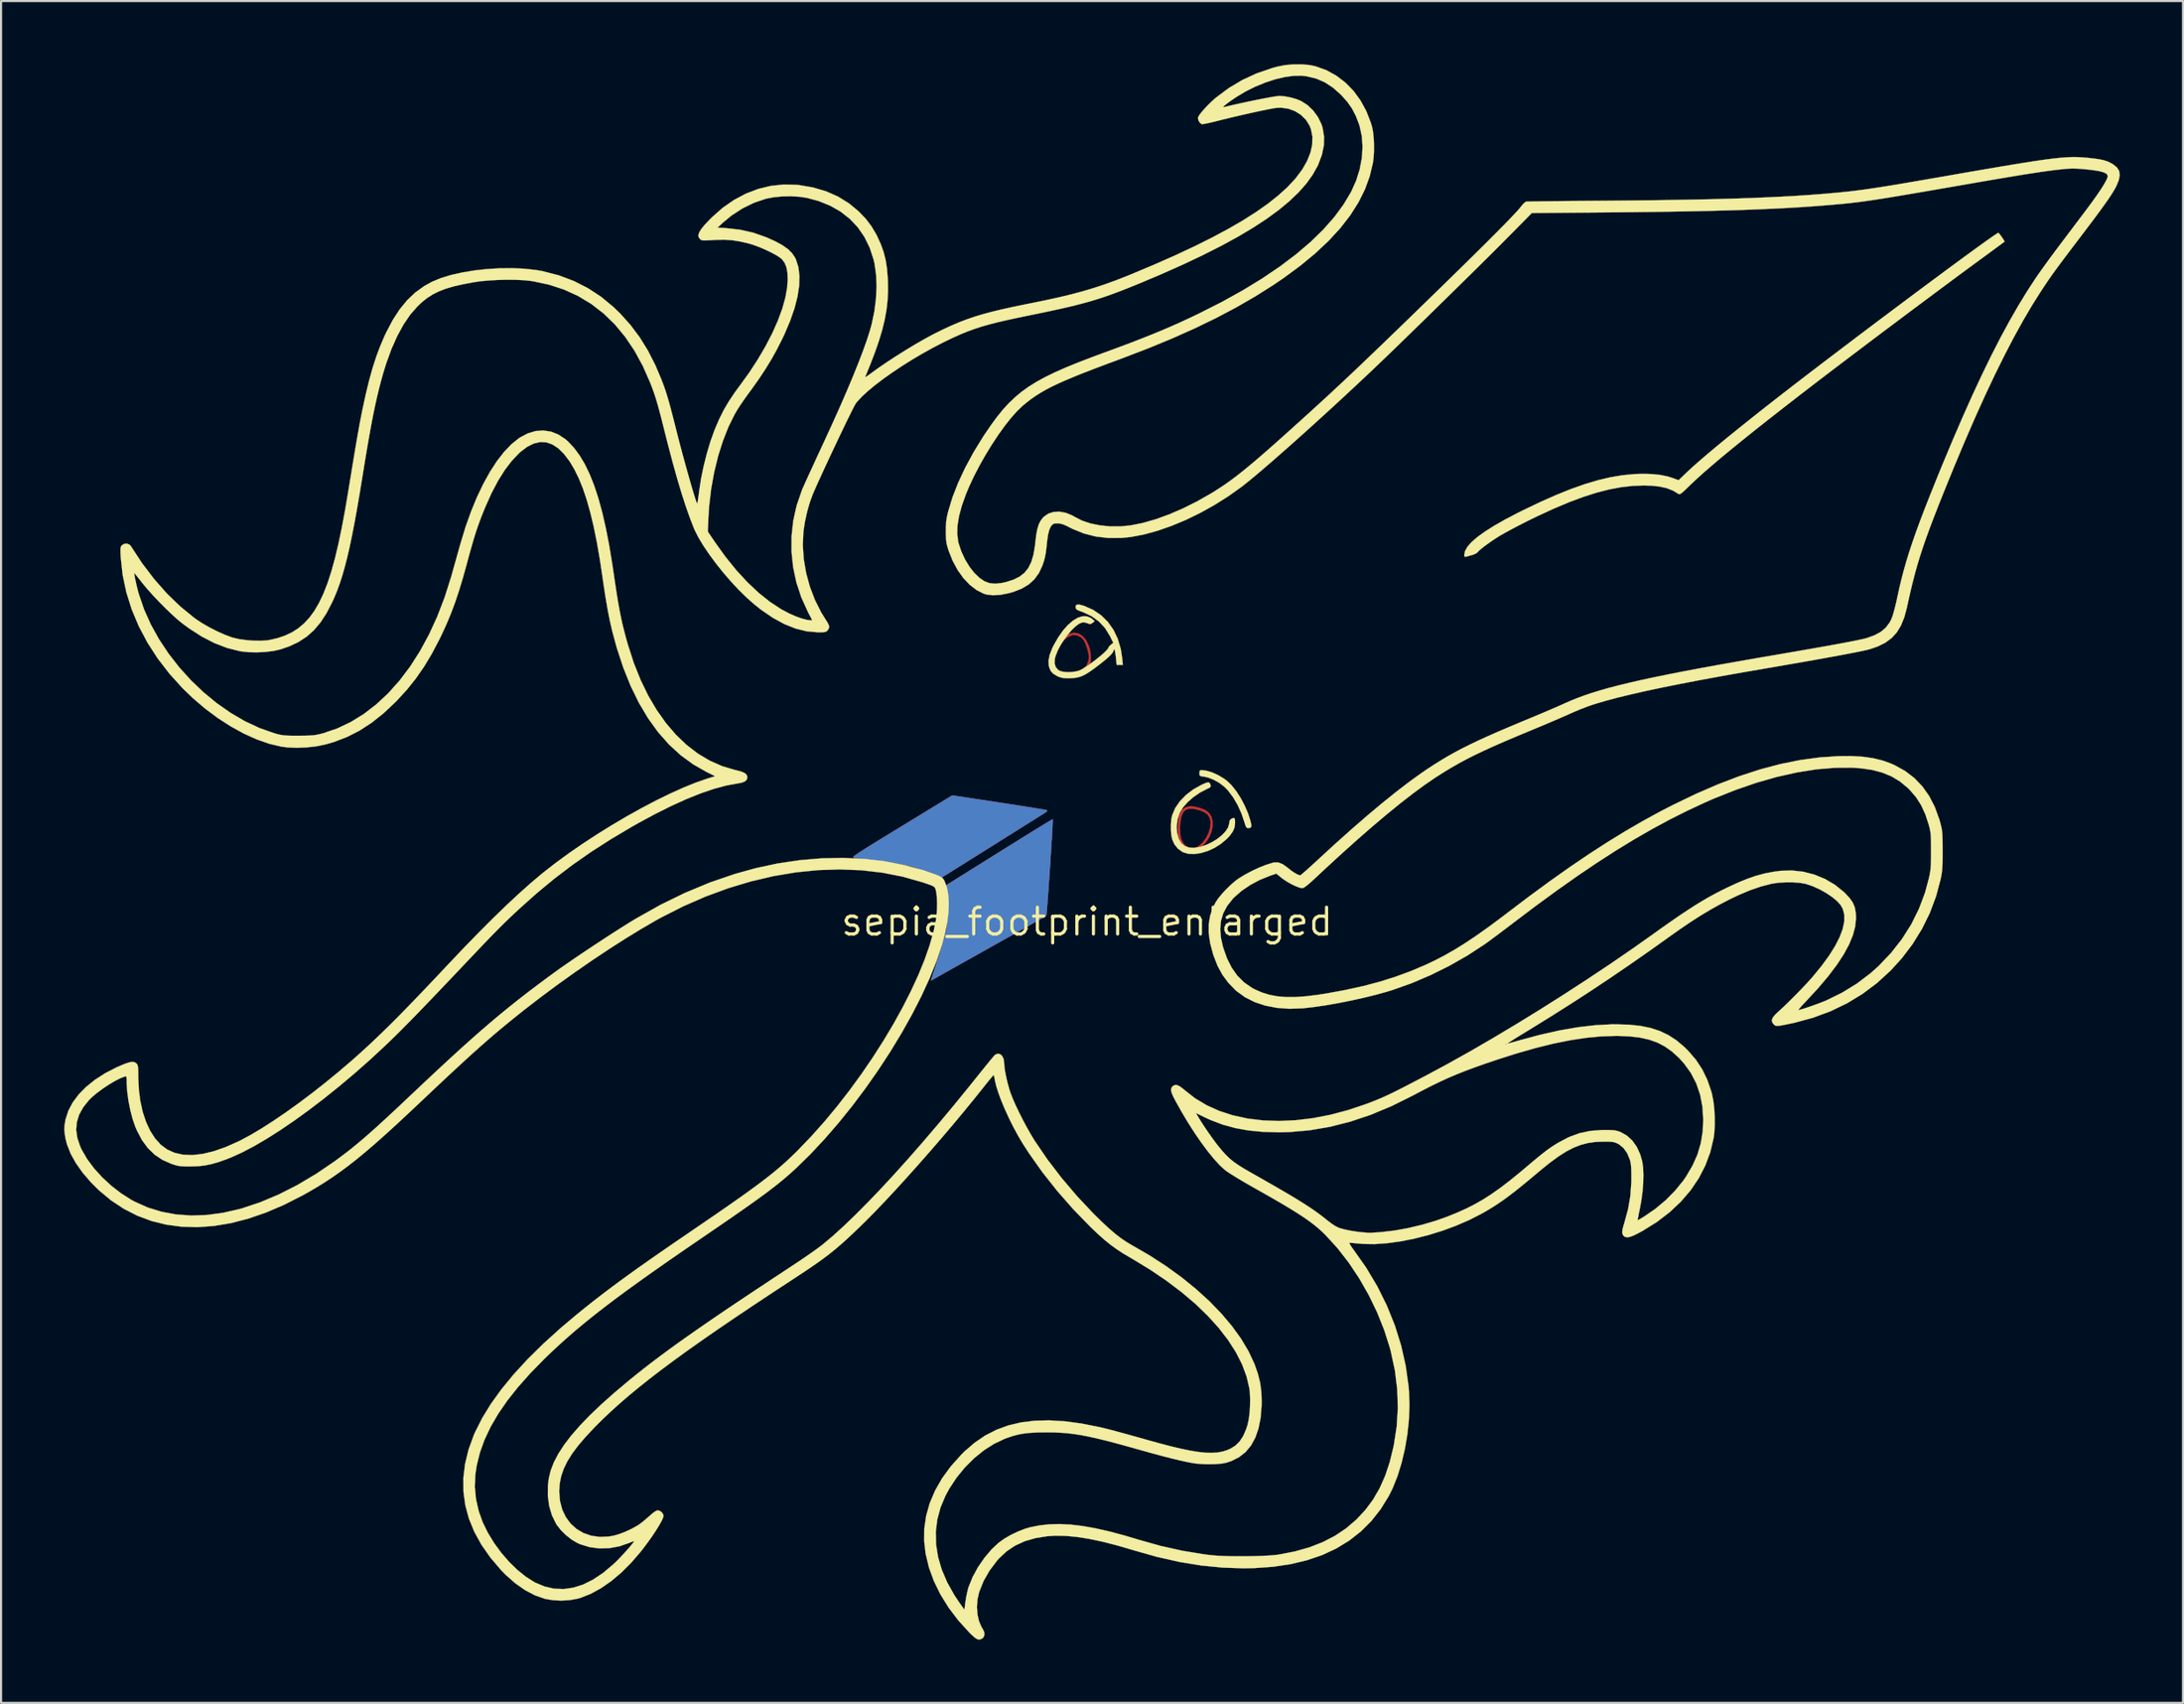
<source format=kicad_pcb>
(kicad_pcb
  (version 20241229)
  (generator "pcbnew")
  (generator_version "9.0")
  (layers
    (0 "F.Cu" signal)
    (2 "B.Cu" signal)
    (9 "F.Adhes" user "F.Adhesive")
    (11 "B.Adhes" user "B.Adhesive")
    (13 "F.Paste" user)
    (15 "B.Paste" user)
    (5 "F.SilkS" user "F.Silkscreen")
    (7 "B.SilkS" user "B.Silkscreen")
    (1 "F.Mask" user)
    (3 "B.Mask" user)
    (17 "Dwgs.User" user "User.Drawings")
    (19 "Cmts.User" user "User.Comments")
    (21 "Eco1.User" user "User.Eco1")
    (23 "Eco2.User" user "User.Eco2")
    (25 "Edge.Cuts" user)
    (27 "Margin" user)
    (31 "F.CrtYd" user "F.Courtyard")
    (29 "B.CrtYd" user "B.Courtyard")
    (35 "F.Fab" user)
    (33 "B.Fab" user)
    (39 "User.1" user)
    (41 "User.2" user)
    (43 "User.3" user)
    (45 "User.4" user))
  (footprint "sepia_footprint_enlarged"
    (layer "F.Cu")
    (at 48.557 40.704)
    (property "Reference" "sepia_footprint_enlarged" (at 0 0 0) (layer "F.SilkS") (effects (font (size 1.27 1.27) (thickness 0.15))))
    (attr through_hole)
    (fp_poly (pts (xy -0.409 -13.685) (xy -0.221 -13.571) (xy -0.056 -13.378) (xy 0.081 -13.106) (xy 0.086 -13.092) (xy 0.143 -12.893) (xy 0.175 -12.674) (xy 0.182 -12.462) (xy 0.161 -12.283) (xy 0.13 -12.192) (xy -0.029 -11.977) (xy -0.248 -11.821) (xy -0.526 -11.724) (xy -0.863 -11.686) (xy -0.922 -11.686) (xy -1.135 -11.695) (xy -1.292 -11.725) (xy -1.411 -11.773) (xy -1.575 -11.903) (xy -1.679 -12.081) (xy -1.722 -12.295) (xy -1.715 -12.395) (xy -1.609 -12.395) (xy -1.577 -12.158) (xy -1.482 -11.979) (xy -1.326 -11.856) (xy -1.109 -11.791) (xy -0.842 -11.785) (xy -0.666 -11.807) (xy -0.497 -11.842) (xy -0.398 -11.874) (xy -0.171 -12.007) (xy -0.015 -12.186) (xy 0.069 -12.408) (xy 0.085 -12.573) (xy 0.065 -12.738) (xy 0.015 -12.941) (xy -0.055 -13.146) (xy -0.134 -13.319) (xy -0.172 -13.381) (xy -0.303 -13.508) (xy -0.469 -13.59) (xy -0.64 -13.615) (xy -0.69 -13.608) (xy -0.885 -13.529) (xy -1.08 -13.384) (xy -1.263 -13.191) (xy -1.42 -12.967) (xy -1.537 -12.731) (xy -1.601 -12.499) (xy -1.609 -12.395) (xy -1.715 -12.395) (xy -1.706 -12.535) (xy -1.632 -12.79) (xy -1.501 -13.05) (xy -1.313 -13.303) (xy -1.292 -13.327) (xy -1.061 -13.54) (xy -0.834 -13.67) (xy -0.615 -13.718) (xy -0.409 -13.685)) (stroke (width 0.01) (type solid)) (fill yes) (layer "F.Cu"))
    (fp_poly (pts (xy 5.161 -5.452) (xy 5.362 -5.399) (xy 5.556 -5.326) (xy 5.631 -5.291) (xy 5.795 -5.164) (xy 5.905 -4.984) (xy 5.96 -4.767) (xy 5.961 -4.525) (xy 5.909 -4.27) (xy 5.804 -4.017) (xy 5.646 -3.777) (xy 5.582 -3.702) (xy 5.465 -3.587) (xy 5.352 -3.491) (xy 5.285 -3.447) (xy 5.112 -3.396) (xy 4.913 -3.394) (xy 4.729 -3.439) (xy 4.673 -3.467) (xy 4.509 -3.616) (xy 4.391 -3.83) (xy 4.321 -4.102) (xy 4.301 -4.425) (xy 4.306 -4.488) (xy 4.408 -4.488) (xy 4.419 -4.169) (xy 4.48 -3.903) (xy 4.591 -3.698) (xy 4.75 -3.556) (xy 4.826 -3.519) (xy 4.968 -3.48) (xy 5.097 -3.492) (xy 5.245 -3.561) (xy 5.296 -3.592) (xy 5.483 -3.752) (xy 5.644 -3.968) (xy 5.769 -4.217) (xy 5.846 -4.475) (xy 5.865 -4.718) (xy 5.859 -4.776) (xy 5.807 -4.959) (xy 5.705 -5.1) (xy 5.542 -5.21) (xy 5.334 -5.292) (xy 5.063 -5.359) (xy 4.848 -5.366) (xy 4.683 -5.31) (xy 4.563 -5.188) (xy 4.481 -4.996) (xy 4.45 -4.858) (xy 4.408 -4.488) (xy 4.306 -4.488) (xy 4.322 -4.713) (xy 4.367 -4.981) (xy 4.428 -5.178) (xy 4.515 -5.316) (xy 4.638 -5.408) (xy 4.803 -5.468) (xy 4.847 -5.478) (xy 4.98 -5.481) (xy 5.161 -5.452)) (stroke (width 0.01) (type solid)) (fill yes) (layer "F.Cu"))
    (fp_poly (pts (xy -4.206 -5.663) (xy -3.782 -5.599) (xy -3.383 -5.537) (xy -3.016 -5.48) (xy -2.688 -5.428) (xy -2.409 -5.383) (xy -2.186 -5.346) (xy -2.028 -5.318) (xy -1.942 -5.301) (xy -1.93 -5.298) (xy -1.893 -5.274) (xy -1.907 -5.24) (xy -1.979 -5.186) (xy -2.057 -5.136) (xy -2.129 -5.091) (xy -2.267 -5.005) (xy -2.462 -4.882) (xy -2.708 -4.728) (xy -2.999 -4.545) (xy -3.327 -4.339) (xy -3.686 -4.114) (xy -4.069 -3.873) (xy -4.469 -3.622) (xy -4.508 -3.597) (xy -4.907 -3.347) (xy -5.286 -3.109) (xy -5.641 -2.887) (xy -5.964 -2.684) (xy -6.248 -2.506) (xy -6.488 -2.356) (xy -6.677 -2.238) (xy -6.809 -2.157) (xy -6.875 -2.116) (xy -6.879 -2.113) (xy -6.938 -2.082) (xy -6.99 -2.068) (xy -7.053 -2.077) (xy -7.146 -2.113) (xy -7.285 -2.18) (xy -7.408 -2.242) (xy -7.654 -2.363) (xy -7.876 -2.463) (xy -8.087 -2.545) (xy -8.302 -2.614) (xy -8.535 -2.673) (xy -8.801 -2.726) (xy -9.114 -2.776) (xy -9.488 -2.828) (xy -9.755 -2.862) (xy -10.069 -2.902) (xy -10.361 -2.94) (xy -10.619 -2.975) (xy -10.83 -3.004) (xy -10.983 -3.026) (xy -11.065 -3.04) (xy -11.069 -3.041) (xy -11.089 -3.05) (xy -11.094 -3.065) (xy -11.079 -3.09) (xy -11.038 -3.128) (xy -10.968 -3.181) (xy -10.862 -3.254) (xy -10.718 -3.349) (xy -10.529 -3.469) (xy -10.291 -3.618) (xy -10 -3.798) (xy -9.65 -4.013) (xy -9.236 -4.266) (xy -8.797 -4.534) (xy -6.4 -5.996) (xy -4.206 -5.663)) (stroke (width 0.01) (type solid)) (fill yes) (layer "F.Cu"))
    (fp_poly (pts (xy -1.631 -4.818) (xy -1.635 -4.698) (xy -1.643 -4.512) (xy -1.657 -4.27) (xy -1.673 -3.981) (xy -1.693 -3.655) (xy -1.715 -3.302) (xy -1.739 -2.93) (xy -1.764 -2.549) (xy -1.79 -2.169) (xy -1.816 -1.8) (xy -1.84 -1.45) (xy -1.864 -1.128) (xy -1.885 -0.846) (xy -1.904 -0.611) (xy -1.92 -0.434) (xy -1.931 -0.323) (xy -1.938 -0.289) (xy -1.955 -0.277) (xy -1.999 -0.25) (xy -2.073 -0.207) (xy -2.18 -0.146) (xy -2.324 -0.064) (xy -2.508 0.041) (xy -2.736 0.17) (xy -3.012 0.325) (xy -3.338 0.508) (xy -3.719 0.722) (xy -4.158 0.968) (xy -4.659 1.249) (xy -5.224 1.566) (xy -5.858 1.921) (xy -6.223 2.125) (xy -6.483 2.271) (xy -6.726 2.407) (xy -6.939 2.528) (xy -7.11 2.625) (xy -7.228 2.693) (xy -7.271 2.718) (xy -7.358 2.766) (xy -7.406 2.783) (xy -7.408 2.78) (xy -7.396 2.736) (xy -7.36 2.623) (xy -7.306 2.456) (xy -7.238 2.248) (xy -7.16 2.01) (xy -7.156 1.999) (xy -7.064 1.714) (xy -6.969 1.414) (xy -6.879 1.125) (xy -6.804 0.873) (xy -6.765 0.736) (xy -6.717 0.561) (xy -6.682 0.418) (xy -6.657 0.288) (xy -6.641 0.153) (xy -6.631 -0.003) (xy -6.627 -0.199) (xy -6.625 -0.453) (xy -6.625 -0.614) (xy -6.627 -0.882) (xy -6.631 -1.13) (xy -6.637 -1.341) (xy -6.645 -1.5) (xy -6.654 -1.591) (xy -6.655 -1.596) (xy -6.686 -1.732) (xy -4.167 -3.306) (xy -3.749 -3.567) (xy -3.352 -3.814) (xy -2.982 -4.044) (xy -2.645 -4.252) (xy -2.346 -4.436) (xy -2.092 -4.592) (xy -1.888 -4.716) (xy -1.74 -4.804) (xy -1.653 -4.854) (xy -1.633 -4.864) (xy -1.631 -4.818)) (stroke (width 0.01) (type solid)) (fill yes) (layer "F.Cu"))
    (fp_poly (pts (xy -0.377 -13.771) (xy -0.301 -13.739) (xy -0.133 -13.614) (xy 0.021 -13.427) (xy 0.142 -13.203) (xy 0.16 -13.159) (xy 0.258 -12.81) (xy 0.28 -12.499) (xy 0.229 -12.227) (xy 0.107 -11.998) (xy -0.085 -11.815) (xy -0.344 -11.681) (xy -0.67 -11.599) (xy -0.804 -11.583) (xy -0.973 -11.578) (xy -1.137 -11.591) (xy -1.203 -11.603) (xy -1.454 -11.701) (xy -1.642 -11.853) (xy -1.763 -12.054) (xy -1.813 -12.3) (xy -1.809 -12.442) (xy -1.744 -12.74) (xy -1.61 -13.038) (xy -1.42 -13.317) (xy -1.187 -13.556) (xy -1.019 -13.681) (xy -0.811 -13.772) (xy -0.588 -13.803) (xy -0.377 -13.771)) (stroke (width 0.01) (type solid)) (fill yes) (layer "F.Mask"))
    (fp_poly (pts (xy 5.215 -5.536) (xy 5.252 -5.527) (xy 5.549 -5.431) (xy 5.77 -5.311) (xy 5.922 -5.158) (xy 6.011 -4.964) (xy 6.045 -4.721) (xy 6.042 -4.572) (xy 6.018 -4.342) (xy 5.966 -4.153) (xy 5.908 -4.022) (xy 5.791 -3.829) (xy 5.643 -3.64) (xy 5.485 -3.478) (xy 5.337 -3.368) (xy 5.326 -3.362) (xy 5.18 -3.319) (xy 4.994 -3.306) (xy 4.804 -3.324) (xy 4.673 -3.363) (xy 4.5 -3.484) (xy 4.362 -3.678) (xy 4.261 -3.942) (xy 4.211 -4.192) (xy 4.203 -4.365) (xy 4.216 -4.58) (xy 4.245 -4.807) (xy 4.288 -5.02) (xy 4.339 -5.191) (xy 4.368 -5.253) (xy 4.51 -5.429) (xy 4.699 -5.535) (xy 4.935 -5.571) (xy 5.215 -5.536)) (stroke (width 0.01) (type solid)) (fill yes) (layer "F.Mask"))
    (fp_poly (pts (xy -4.206 -5.663) (xy -3.782 -5.599) (xy -3.383 -5.537) (xy -3.016 -5.48) (xy -2.688 -5.428) (xy -2.409 -5.383) (xy -2.186 -5.346) (xy -2.028 -5.318) (xy -1.942 -5.301) (xy -1.93 -5.298) (xy -1.893 -5.274) (xy -1.907 -5.24) (xy -1.979 -5.186) (xy -2.057 -5.136) (xy -2.129 -5.091) (xy -2.267 -5.005) (xy -2.462 -4.882) (xy -2.708 -4.728) (xy -2.999 -4.545) (xy -3.327 -4.339) (xy -3.686 -4.114) (xy -4.069 -3.873) (xy -4.469 -3.622) (xy -4.508 -3.597) (xy -4.907 -3.347) (xy -5.286 -3.109) (xy -5.641 -2.887) (xy -5.964 -2.684) (xy -6.248 -2.506) (xy -6.488 -2.356) (xy -6.677 -2.238) (xy -6.809 -2.157) (xy -6.875 -2.116) (xy -6.879 -2.113) (xy -6.938 -2.082) (xy -6.99 -2.068) (xy -7.053 -2.077) (xy -7.146 -2.113) (xy -7.285 -2.18) (xy -7.408 -2.242) (xy -7.654 -2.363) (xy -7.876 -2.463) (xy -8.087 -2.545) (xy -8.302 -2.614) (xy -8.535 -2.673) (xy -8.801 -2.726) (xy -9.114 -2.776) (xy -9.488 -2.828) (xy -9.755 -2.862) (xy -10.069 -2.902) (xy -10.361 -2.94) (xy -10.619 -2.975) (xy -10.83 -3.004) (xy -10.983 -3.026) (xy -11.065 -3.04) (xy -11.069 -3.041) (xy -11.089 -3.05) (xy -11.094 -3.065) (xy -11.079 -3.09) (xy -11.038 -3.128) (xy -10.968 -3.181) (xy -10.862 -3.254) (xy -10.718 -3.349) (xy -10.529 -3.469) (xy -10.291 -3.618) (xy -10 -3.798) (xy -9.65 -4.013) (xy -9.236 -4.266) (xy -8.797 -4.534) (xy -6.4 -5.996) (xy -4.206 -5.663)) (stroke (width 0.01) (type solid)) (fill yes) (layer "B.Cu"))
    (fp_poly (pts (xy -1.631 -4.818) (xy -1.635 -4.698) (xy -1.643 -4.512) (xy -1.657 -4.27) (xy -1.673 -3.981) (xy -1.693 -3.655) (xy -1.715 -3.302) (xy -1.739 -2.93) (xy -1.764 -2.549) (xy -1.79 -2.169) (xy -1.816 -1.8) (xy -1.84 -1.45) (xy -1.864 -1.128) (xy -1.885 -0.846) (xy -1.904 -0.611) (xy -1.92 -0.434) (xy -1.931 -0.323) (xy -1.938 -0.289) (xy -1.955 -0.277) (xy -1.999 -0.25) (xy -2.073 -0.207) (xy -2.18 -0.146) (xy -2.324 -0.064) (xy -2.508 0.041) (xy -2.736 0.17) (xy -3.012 0.325) (xy -3.338 0.508) (xy -3.719 0.722) (xy -4.158 0.968) (xy -4.659 1.249) (xy -5.224 1.566) (xy -5.858 1.921) (xy -6.223 2.125) (xy -6.483 2.271) (xy -6.726 2.407) (xy -6.939 2.528) (xy -7.11 2.625) (xy -7.228 2.693) (xy -7.271 2.718) (xy -7.358 2.766) (xy -7.406 2.783) (xy -7.408 2.78) (xy -7.396 2.736) (xy -7.36 2.623) (xy -7.306 2.456) (xy -7.238 2.248) (xy -7.16 2.01) (xy -7.156 1.999) (xy -7.064 1.714) (xy -6.969 1.414) (xy -6.879 1.125) (xy -6.804 0.873) (xy -6.765 0.736) (xy -6.717 0.561) (xy -6.682 0.418) (xy -6.657 0.288) (xy -6.641 0.153) (xy -6.631 -0.003) (xy -6.627 -0.199) (xy -6.625 -0.453) (xy -6.625 -0.614) (xy -6.627 -0.882) (xy -6.631 -1.13) (xy -6.637 -1.341) (xy -6.645 -1.5) (xy -6.654 -1.591) (xy -6.655 -1.596) (xy -6.686 -1.732) (xy -4.167 -3.306) (xy -3.749 -3.567) (xy -3.352 -3.814) (xy -2.982 -4.044) (xy -2.645 -4.252) (xy -2.346 -4.436) (xy -2.092 -4.592) (xy -1.888 -4.716) (xy -1.74 -4.804) (xy -1.653 -4.854) (xy -1.633 -4.864) (xy -1.631 -4.818)) (stroke (width 0.01) (type solid)) (fill yes) (layer "B.Cu"))
    (fp_poly (pts (xy -0.269 -13.746) (xy -0.079 -13.598) (xy 0.08 -13.376) (xy 0.169 -13.18) (xy 0.266 -12.834) (xy 0.288 -12.521) (xy 0.236 -12.246) (xy 0.115 -12.013) (xy -0.072 -11.828) (xy -0.322 -11.694) (xy -0.632 -11.618) (xy -0.904 -11.6) (xy -1.185 -11.622) (xy -1.379 -11.68) (xy -1.578 -11.814) (xy -1.72 -12.002) (xy -1.798 -12.23) (xy -1.805 -12.483) (xy -1.801 -12.509) (xy -1.735 -12.752) (xy -1.615 -13.008) (xy -1.456 -13.258) (xy -1.272 -13.48) (xy -1.079 -13.651) (xy -0.973 -13.716) (xy -0.72 -13.807) (xy -0.484 -13.816) (xy -0.269 -13.746)) (stroke (width 0.01) (type solid)) (fill yes) (layer "B.Mask"))
    (fp_poly (pts (xy 5.164 -5.55) (xy 5.399 -5.501) (xy 5.619 -5.423) (xy 5.804 -5.319) (xy 5.889 -5.244) (xy 6.014 -5.053) (xy 6.075 -4.825) (xy 6.08 -4.575) (xy 6.034 -4.316) (xy 5.942 -4.061) (xy 5.812 -3.822) (xy 5.648 -3.614) (xy 5.457 -3.45) (xy 5.246 -3.342) (xy 5.019 -3.305) (xy 5.014 -3.305) (xy 4.875 -3.317) (xy 4.753 -3.345) (xy 4.741 -3.35) (xy 4.561 -3.464) (xy 4.402 -3.653) (xy 4.346 -3.747) (xy 4.307 -3.829) (xy 4.28 -3.918) (xy 4.265 -4.031) (xy 4.257 -4.188) (xy 4.255 -4.407) (xy 4.255 -4.445) (xy 4.257 -4.673) (xy 4.264 -4.837) (xy 4.278 -4.957) (xy 4.304 -5.053) (xy 4.343 -5.146) (xy 4.361 -5.184) (xy 4.444 -5.321) (xy 4.538 -5.437) (xy 4.586 -5.48) (xy 4.736 -5.543) (xy 4.935 -5.565) (xy 5.164 -5.55)) (stroke (width 0.01) (type solid)) (fill yes) (layer "B.Mask"))
    (fp_poly (pts (xy 5.687 -7.165) (xy 5.958 -7.08) (xy 6.241 -6.95) (xy 6.513 -6.784) (xy 6.631 -6.697) (xy 6.855 -6.483) (xy 7.078 -6.204) (xy 7.291 -5.875) (xy 7.482 -5.515) (xy 7.642 -5.142) (xy 7.744 -4.828) (xy 7.788 -4.65) (xy 7.8 -4.538) (xy 7.774 -4.475) (xy 7.708 -4.45) (xy 7.638 -4.446) (xy 7.584 -4.46) (xy 7.542 -4.515) (xy 7.5 -4.628) (xy 7.476 -4.709) (xy 7.332 -5.136) (xy 7.147 -5.544) (xy 6.93 -5.914) (xy 6.692 -6.229) (xy 6.515 -6.41) (xy 6.277 -6.591) (xy 6.011 -6.741) (xy 5.745 -6.845) (xy 5.556 -6.886) (xy 5.427 -6.904) (xy 5.361 -6.929) (xy 5.337 -6.977) (xy 5.334 -7.054) (xy 5.342 -7.152) (xy 5.381 -7.19) (xy 5.45 -7.196) (xy 5.687 -7.165)) (stroke (width 0.01) (type solid)) (fill yes) (layer "F.SilkS"))
    (fp_poly (pts (xy 5.808 -6.598) (xy 5.846 -6.533) (xy 5.862 -6.487) (xy 5.869 -6.426) (xy 5.836 -6.379) (xy 5.747 -6.328) (xy 5.686 -6.3) (xy 5.354 -6.127) (xy 5.044 -5.914) (xy 4.771 -5.674) (xy 4.551 -5.422) (xy 4.406 -5.184) (xy 4.296 -4.857) (xy 4.254 -4.506) (xy 4.273 -4.23) (xy 4.347 -3.947) (xy 4.468 -3.735) (xy 4.636 -3.592) (xy 4.853 -3.517) (xy 4.855 -3.517) (xy 5.098 -3.508) (xy 5.364 -3.551) (xy 5.639 -3.64) (xy 5.909 -3.765) (xy 6.163 -3.919) (xy 6.387 -4.093) (xy 6.568 -4.28) (xy 6.693 -4.472) (xy 6.748 -4.66) (xy 6.75 -4.684) (xy 6.773 -4.806) (xy 6.841 -4.88) (xy 6.859 -4.89) (xy 6.947 -4.926) (xy 6.999 -4.91) (xy 7.022 -4.831) (xy 7.027 -4.695) (xy 7.002 -4.483) (xy 6.919 -4.282) (xy 6.77 -4.077) (xy 6.637 -3.936) (xy 6.359 -3.7) (xy 6.052 -3.506) (xy 5.729 -3.358) (xy 5.404 -3.259) (xy 5.09 -3.214) (xy 4.802 -3.226) (xy 4.552 -3.301) (xy 4.539 -3.307) (xy 4.32 -3.461) (xy 4.146 -3.676) (xy 4.04 -3.916) (xy 4.001 -4.113) (xy 3.981 -4.358) (xy 3.981 -4.618) (xy 4 -4.861) (xy 4.037 -5.048) (xy 4.184 -5.393) (xy 4.407 -5.719) (xy 4.699 -6.02) (xy 5.051 -6.286) (xy 5.456 -6.51) (xy 5.492 -6.527) (xy 5.649 -6.593) (xy 5.748 -6.618) (xy 5.808 -6.598)) (stroke (width 0.01) (type solid)) (fill yes) (layer "F.SilkS"))
    (fp_poly (pts (xy -0.349 -15.051) (xy -0.163 -15.001) (xy -0.13 -14.99) (xy 0.297 -14.799) (xy 0.672 -14.543) (xy 0.992 -14.226) (xy 1.256 -13.851) (xy 1.46 -13.422) (xy 1.601 -12.944) (xy 1.669 -12.499) (xy 1.698 -12.192) (xy 1.406 -12.192) (xy 1.375 -12.499) (xy 1.355 -12.663) (xy 1.334 -12.802) (xy 1.314 -12.886) (xy 1.314 -12.888) (xy 1.289 -12.94) (xy 1.271 -12.918) (xy 1.257 -12.867) (xy 1.22 -12.784) (xy 1.141 -12.684) (xy 1.015 -12.56) (xy 0.835 -12.405) (xy 0.594 -12.214) (xy 0.406 -12.071) (xy 0.146 -11.882) (xy -0.073 -11.745) (xy -0.268 -11.651) (xy -0.46 -11.593) (xy -0.666 -11.565) (xy -0.894 -11.557) (xy -1.091 -11.564) (xy -1.242 -11.591) (xy -1.384 -11.644) (xy -1.427 -11.665) (xy -1.609 -11.776) (xy -1.726 -11.906) (xy -1.798 -12.08) (xy -1.814 -12.144) (xy -1.83 -12.384) (xy -1.776 -12.663) (xy -1.653 -12.983) (xy -1.584 -13.123) (xy -1.368 -13.5) (xy -1.141 -13.823) (xy -0.907 -14.088) (xy -0.671 -14.291) (xy -0.44 -14.43) (xy -0.218 -14.5) (xy -0.01 -14.498) (xy 0.179 -14.42) (xy 0.247 -14.367) (xy 0.36 -14.267) (xy 0.256 -14.186) (xy 0.175 -14.133) (xy 0.107 -14.132) (xy 0.028 -14.168) (xy -0.144 -14.212) (xy -0.236 -14.205) (xy -0.385 -14.143) (xy -0.555 -14.016) (xy -0.738 -13.837) (xy -0.924 -13.618) (xy -1.102 -13.375) (xy -1.263 -13.119) (xy -1.396 -12.863) (xy -1.492 -12.621) (xy -1.527 -12.494) (xy -1.542 -12.272) (xy -1.489 -12.089) (xy -1.369 -11.952) (xy -1.31 -11.916) (xy -1.155 -11.867) (xy -0.949 -11.847) (xy -0.721 -11.853) (xy -0.5 -11.886) (xy -0.357 -11.928) (xy -0.233 -11.989) (xy -0.072 -12.087) (xy 0.113 -12.213) (xy 0.308 -12.357) (xy 0.502 -12.508) (xy 0.682 -12.656) (xy 0.835 -12.792) (xy 0.948 -12.906) (xy 1.009 -12.987) (xy 1.016 -13.011) (xy 1.046 -13.066) (xy 1.12 -13.14) (xy 1.131 -13.148) (xy 1.246 -13.24) (xy 1.085 -13.565) (xy 0.856 -13.937) (xy 0.565 -14.251) (xy 0.217 -14.505) (xy -0.186 -14.695) (xy -0.254 -14.719) (xy -0.404 -14.774) (xy -0.49 -14.82) (xy -0.531 -14.872) (xy -0.543 -14.92) (xy -0.533 -15.012) (xy -0.47 -15.055) (xy -0.349 -15.051)) (stroke (width 0.01) (type solid)) (fill yes) (layer "F.SilkS"))
    (fp_poly (pts (xy 43.31 -32.656) (xy 43.377 -32.57) (xy 43.45 -32.466) (xy 43.514 -32.368) (xy 43.551 -32.299) (xy 43.554 -32.281) (xy 43.518 -32.254) (xy 43.421 -32.183) (xy 43.272 -32.073) (xy 43.079 -31.931) (xy 42.85 -31.763) (xy 42.593 -31.574) (xy 42.397 -31.431) (xy 41.826 -31.012) (xy 41.21 -30.557) (xy 40.558 -30.073) (xy 39.879 -29.567) (xy 39.181 -29.047) (xy 38.475 -28.518) (xy 37.769 -27.989) (xy 37.073 -27.465) (xy 36.396 -26.953) (xy 35.746 -26.461) (xy 35.134 -25.996) (xy 34.568 -25.563) (xy 34.058 -25.171) (xy 33.867 -25.024) (xy 33.078 -24.412) (xy 32.356 -23.847) (xy 31.698 -23.327) (xy 31.101 -22.848) (xy 30.562 -22.41) (xy 30.078 -22.01) (xy 29.648 -21.645) (xy 29.267 -21.314) (xy 28.934 -21.014) (xy 28.646 -20.743) (xy 28.564 -20.663) (xy 28.396 -20.5) (xy 28.275 -20.389) (xy 28.192 -20.324) (xy 28.136 -20.297) (xy 28.095 -20.299) (xy 28.077 -20.309) (xy 27.816 -20.465) (xy 27.523 -20.58) (xy 27.188 -20.657) (xy 26.797 -20.699) (xy 26.416 -20.71) (xy 25.89 -20.69) (xy 25.347 -20.627) (xy 24.78 -20.52) (xy 24.185 -20.367) (xy 23.554 -20.166) (xy 22.881 -19.915) (xy 22.162 -19.612) (xy 21.388 -19.256) (xy 20.913 -19.024) (xy 20.629 -18.88) (xy 20.338 -18.73) (xy 20.062 -18.582) (xy 19.818 -18.449) (xy 19.627 -18.34) (xy 19.595 -18.321) (xy 19.362 -18.174) (xy 19.132 -18.019) (xy 18.918 -17.865) (xy 18.736 -17.724) (xy 18.6 -17.606) (xy 18.531 -17.532) (xy 18.461 -17.481) (xy 18.342 -17.428) (xy 18.267 -17.404) (xy 18.13 -17.367) (xy 18.018 -17.336) (xy 17.981 -17.326) (xy 17.926 -17.329) (xy 17.907 -17.394) (xy 17.907 -17.417) (xy 17.946 -17.603) (xy 18.063 -17.806) (xy 18.258 -18.026) (xy 18.533 -18.264) (xy 18.888 -18.52) (xy 19.323 -18.795) (xy 19.839 -19.089) (xy 20.436 -19.402) (xy 20.696 -19.532) (xy 21.51 -19.921) (xy 22.267 -20.257) (xy 22.973 -20.54) (xy 23.634 -20.774) (xy 24.257 -20.96) (xy 24.847 -21.099) (xy 25.413 -21.194) (xy 25.958 -21.247) (xy 26.395 -21.261) (xy 26.848 -21.247) (xy 27.239 -21.205) (xy 27.584 -21.132) (xy 27.852 -21.045) (xy 28.081 -20.958) (xy 28.488 -21.348) (xy 28.746 -21.587) (xy 29.07 -21.873) (xy 29.455 -22.203) (xy 29.897 -22.574) (xy 30.395 -22.983) (xy 30.943 -23.427) (xy 31.539 -23.903) (xy 32.178 -24.408) (xy 32.858 -24.94) (xy 33.02 -25.066) (xy 33.452 -25.4) (xy 33.914 -25.756) (xy 34.402 -26.13) (xy 34.911 -26.519) (xy 35.439 -26.92) (xy 35.979 -27.33) (xy 36.529 -27.746) (xy 37.083 -28.165) (xy 37.639 -28.583) (xy 38.191 -28.997) (xy 38.736 -29.405) (xy 39.269 -29.803) (xy 39.787 -30.189) (xy 40.285 -30.558) (xy 40.758 -30.909) (xy 41.204 -31.238) (xy 41.617 -31.541) (xy 41.994 -31.816) (xy 42.33 -32.06) (xy 42.621 -32.269) (xy 42.863 -32.441) (xy 43.052 -32.572) (xy 43.184 -32.659) (xy 43.255 -32.7) (xy 43.265 -32.702) (xy 43.31 -32.656)) (stroke (width 0.01) (type solid)) (fill yes) (layer "F.SilkS"))
    (fp_poly (pts (xy 10.582 -40.663) (xy 10.858 -40.604) (xy 11.368 -40.418) (xy 11.839 -40.158) (xy 12.268 -39.83) (xy 12.65 -39.439) (xy 12.98 -38.987) (xy 13.256 -38.481) (xy 13.472 -37.925) (xy 13.53 -37.729) (xy 13.576 -37.496) (xy 13.607 -37.206) (xy 13.621 -36.883) (xy 13.619 -36.553) (xy 13.599 -36.243) (xy 13.571 -36.026) (xy 13.42 -35.39) (xy 13.191 -34.763) (xy 12.882 -34.144) (xy 12.493 -33.532) (xy 12.023 -32.926) (xy 11.471 -32.326) (xy 10.837 -31.73) (xy 10.12 -31.138) (xy 9.32 -30.549) (xy 8.826 -30.214) (xy 7.975 -29.678) (xy 7.076 -29.159) (xy 6.124 -28.657) (xy 5.113 -28.167) (xy 4.035 -27.686) (xy 2.885 -27.212) (xy 1.658 -26.742) (xy 1.584 -26.714) (xy 0.928 -26.471) (xy 0.345 -26.251) (xy -0.17 -26.051) (xy -0.625 -25.868) (xy -1.025 -25.7) (xy -1.378 -25.543) (xy -1.691 -25.393) (xy -1.968 -25.248) (xy -2.218 -25.104) (xy -2.446 -24.959) (xy -2.66 -24.809) (xy -2.866 -24.651) (xy -3.062 -24.488) (xy -3.327 -24.234) (xy -3.614 -23.912) (xy -3.913 -23.532) (xy -4.219 -23.105) (xy -4.524 -22.644) (xy -4.821 -22.159) (xy -5.103 -21.661) (xy -5.363 -21.162) (xy -5.592 -20.673) (xy -5.757 -20.278) (xy -5.948 -19.739) (xy -6.079 -19.253) (xy -6.151 -18.815) (xy -6.164 -18.418) (xy -6.12 -18.058) (xy -6.1 -17.971) (xy -5.971 -17.58) (xy -5.791 -17.193) (xy -5.573 -16.837) (xy -5.349 -16.555) (xy -5.106 -16.322) (xy -4.87 -16.162) (xy -4.626 -16.071) (xy -4.356 -16.046) (xy -4.046 -16.08) (xy -3.841 -16.126) (xy -3.493 -16.237) (xy -3.205 -16.38) (xy -2.972 -16.562) (xy -2.788 -16.792) (xy -2.647 -17.077) (xy -2.544 -17.425) (xy -2.473 -17.844) (xy -2.455 -18.013) (xy -2.413 -18.359) (xy -2.362 -18.635) (xy -2.296 -18.853) (xy -2.211 -19.027) (xy -2.101 -19.172) (xy -2.046 -19.228) (xy -1.833 -19.374) (xy -1.58 -19.453) (xy -1.299 -19.464) (xy -1.002 -19.408) (xy -0.699 -19.284) (xy -0.562 -19.205) (xy -0.228 -19.036) (xy 0.167 -18.905) (xy 0.608 -18.815) (xy 1.081 -18.768) (xy 1.569 -18.766) (xy 2.059 -18.812) (xy 2.068 -18.814) (xy 2.639 -18.927) (xy 3.25 -19.102) (xy 3.891 -19.333) (xy 4.549 -19.617) (xy 5.214 -19.949) (xy 5.873 -20.323) (xy 6.07 -20.444) (xy 6.319 -20.604) (xy 6.566 -20.77) (xy 6.817 -20.949) (xy 7.079 -21.144) (xy 7.357 -21.362) (xy 7.658 -21.607) (xy 7.989 -21.885) (xy 8.356 -22.201) (xy 8.765 -22.559) (xy 9.223 -22.966) (xy 9.716 -23.409) (xy 10.12 -23.773) (xy 10.499 -24.116) (xy 10.858 -24.443) (xy 11.203 -24.759) (xy 11.542 -25.071) (xy 11.878 -25.384) (xy 12.219 -25.703) (xy 12.571 -26.034) (xy 12.939 -26.384) (xy 13.33 -26.757) (xy 13.749 -27.159) (xy 14.203 -27.596) (xy 14.698 -28.074) (xy 15.239 -28.598) (xy 15.832 -29.174) (xy 16.023 -29.36) (xy 16.734 -30.052) (xy 17.384 -30.686) (xy 17.974 -31.264) (xy 18.503 -31.786) (xy 18.972 -32.251) (xy 19.383 -32.662) (xy 19.735 -33.018) (xy 20.03 -33.32) (xy 20.266 -33.569) (xy 20.447 -33.764) (xy 20.57 -33.908) (xy 20.62 -33.972) (xy 20.713 -34.083) (xy 20.801 -34.16) (xy 20.847 -34.183) (xy 20.902 -34.186) (xy 21.035 -34.189) (xy 21.24 -34.193) (xy 21.51 -34.197) (xy 21.839 -34.201) (xy 22.22 -34.205) (xy 22.648 -34.21) (xy 23.115 -34.214) (xy 23.615 -34.218) (xy 24.142 -34.222) (xy 24.426 -34.224) (xy 25.66 -34.235) (xy 26.813 -34.247) (xy 27.891 -34.263) (xy 28.899 -34.281) (xy 29.841 -34.302) (xy 30.721 -34.327) (xy 31.546 -34.355) (xy 32.318 -34.387) (xy 33.043 -34.422) (xy 33.727 -34.461) (xy 34.372 -34.504) (xy 34.985 -34.552) (xy 35.569 -34.604) (xy 35.856 -34.632) (xy 36.116 -34.659) (xy 36.376 -34.689) (xy 36.643 -34.722) (xy 36.926 -34.76) (xy 37.231 -34.804) (xy 37.568 -34.855) (xy 37.942 -34.914) (xy 38.361 -34.982) (xy 38.834 -35.062) (xy 39.368 -35.153) (xy 39.97 -35.257) (xy 40.634 -35.372) (xy 41.451 -35.515) (xy 42.191 -35.643) (xy 42.856 -35.757) (xy 43.454 -35.859) (xy 43.988 -35.948) (xy 44.464 -36.025) (xy 44.886 -36.091) (xy 45.261 -36.147) (xy 45.591 -36.192) (xy 45.884 -36.229) (xy 46.143 -36.257) (xy 46.374 -36.277) (xy 46.581 -36.29) (xy 46.77 -36.296) (xy 46.946 -36.296) (xy 47.113 -36.291) (xy 47.277 -36.281) (xy 47.442 -36.268) (xy 47.499 -36.262) (xy 47.819 -36.227) (xy 48.071 -36.19) (xy 48.273 -36.146) (xy 48.441 -36.091) (xy 48.593 -36.02) (xy 48.728 -35.94) (xy 48.898 -35.798) (xy 48.997 -35.635) (xy 49.025 -35.442) (xy 48.982 -35.212) (xy 48.877 -34.949) (xy 48.809 -34.817) (xy 48.723 -34.669) (xy 48.615 -34.497) (xy 48.482 -34.297) (xy 48.317 -34.063) (xy 48.119 -33.787) (xy 47.881 -33.465) (xy 47.6 -33.091) (xy 47.273 -32.658) (xy 47.168 -32.52) (xy 46.859 -32.114) (xy 46.595 -31.766) (xy 46.371 -31.468) (xy 46.179 -31.211) (xy 46.013 -30.987) (xy 45.868 -30.786) (xy 45.736 -30.6) (xy 45.612 -30.42) (xy 45.489 -30.238) (xy 45.361 -30.045) (xy 45.285 -29.93) (xy 44.863 -29.261) (xy 44.434 -28.533) (xy 43.998 -27.743) (xy 43.553 -26.889) (xy 43.097 -25.967) (xy 42.629 -24.976) (xy 42.149 -23.912) (xy 41.655 -22.773) (xy 41.145 -21.555) (xy 40.702 -20.468) (xy 40.444 -19.822) (xy 40.217 -19.241) (xy 40.017 -18.716) (xy 39.841 -18.236) (xy 39.686 -17.788) (xy 39.547 -17.364) (xy 39.421 -16.95) (xy 39.305 -16.537) (xy 39.196 -16.113) (xy 39.088 -15.668) (xy 38.98 -15.19) (xy 38.922 -14.922) (xy 38.799 -14.457) (xy 38.64 -14.063) (xy 38.441 -13.735) (xy 38.193 -13.464) (xy 37.891 -13.243) (xy 37.528 -13.064) (xy 37.157 -12.937) (xy 37.014 -12.901) (xy 36.794 -12.852) (xy 36.499 -12.792) (xy 36.137 -12.722) (xy 35.71 -12.641) (xy 35.225 -12.552) (xy 34.687 -12.455) (xy 34.101 -12.351) (xy 33.471 -12.241) (xy 32.802 -12.125) (xy 32.322 -12.043) (xy 31.148 -11.841) (xy 30.058 -11.647) (xy 29.049 -11.461) (xy 28.121 -11.282) (xy 27.271 -11.111) (xy 26.499 -10.946) (xy 25.803 -10.788) (xy 25.182 -10.637) (xy 24.634 -10.491) (xy 24.159 -10.351) (xy 23.961 -10.288) (xy 23.73 -10.206) (xy 23.456 -10.1) (xy 23.174 -9.984) (xy 22.915 -9.87) (xy 22.904 -9.866) (xy 22.721 -9.783) (xy 22.475 -9.675) (xy 22.18 -9.549) (xy 21.852 -9.409) (xy 21.505 -9.263) (xy 21.156 -9.118) (xy 21.015 -9.059) (xy 20.373 -8.792) (xy 19.801 -8.549) (xy 19.29 -8.325) (xy 18.83 -8.115) (xy 18.413 -7.916) (xy 18.029 -7.722) (xy 17.669 -7.529) (xy 17.323 -7.332) (xy 16.981 -7.126) (xy 16.635 -6.907) (xy 16.51 -6.826) (xy 16.015 -6.487) (xy 15.469 -6.085) (xy 14.874 -5.623) (xy 14.235 -5.103) (xy 13.553 -4.528) (xy 12.832 -3.899) (xy 12.075 -3.22) (xy 11.284 -2.493) (xy 10.931 -2.163) (xy 10.707 -1.955) (xy 10.534 -1.802) (xy 10.405 -1.695) (xy 10.31 -1.63) (xy 10.242 -1.599) (xy 10.211 -1.595) (xy 10.088 -1.619) (xy 9.918 -1.682) (xy 9.722 -1.774) (xy 9.521 -1.885) (xy 9.336 -2.005) (xy 9.225 -2.089) (xy 8.988 -2.285) (xy 8.696 -2.186) (xy 8.203 -1.988) (xy 7.742 -1.742) (xy 7.328 -1.46) (xy 6.977 -1.15) (xy 6.912 -1.082) (xy 6.649 -0.748) (xy 6.464 -0.401) (xy 6.355 -0.035) (xy 6.32 0.359) (xy 6.359 0.786) (xy 6.456 1.208) (xy 6.638 1.729) (xy 6.864 2.18) (xy 7.136 2.563) (xy 7.457 2.882) (xy 7.829 3.139) (xy 7.98 3.219) (xy 8.313 3.363) (xy 8.659 3.469) (xy 9.029 3.54) (xy 9.432 3.575) (xy 9.878 3.575) (xy 10.376 3.541) (xy 10.936 3.472) (xy 11.367 3.405) (xy 12.275 3.238) (xy 13.114 3.053) (xy 13.898 2.846) (xy 14.641 2.612) (xy 15.357 2.349) (xy 16.06 2.051) (xy 16.06 2.051) (xy 16.519 1.834) (xy 16.975 1.597) (xy 17.438 1.333) (xy 17.916 1.037) (xy 18.42 0.702) (xy 18.958 0.323) (xy 19.54 -0.106) (xy 19.96 -0.425) (xy 20.994 -1.208) (xy 21.98 -1.931) (xy 22.923 -2.598) (xy 23.831 -3.213) (xy 24.71 -3.782) (xy 25.566 -4.307) (xy 26.406 -4.794) (xy 27.237 -5.247) (xy 27.813 -5.543) (xy 28.907 -6.07) (xy 29.96 -6.526) (xy 30.977 -6.913) (xy 31.961 -7.233) (xy 32.917 -7.486) (xy 33.849 -7.674) (xy 34.762 -7.798) (xy 35.66 -7.86) (xy 35.666 -7.86) (xy 36.277 -7.865) (xy 36.823 -7.833) (xy 37.316 -7.763) (xy 37.768 -7.652) (xy 38.191 -7.498) (xy 38.341 -7.431) (xy 38.838 -7.154) (xy 39.277 -6.818) (xy 39.657 -6.422) (xy 39.98 -5.964) (xy 40.247 -5.444) (xy 40.459 -4.86) (xy 40.504 -4.702) (xy 40.541 -4.56) (xy 40.569 -4.434) (xy 40.588 -4.307) (xy 40.602 -4.163) (xy 40.61 -3.987) (xy 40.614 -3.763) (xy 40.616 -3.474) (xy 40.616 -3.387) (xy 40.616 -3.068) (xy 40.613 -2.817) (xy 40.605 -2.615) (xy 40.592 -2.445) (xy 40.573 -2.291) (xy 40.545 -2.133) (xy 40.52 -2.011) (xy 40.304 -1.204) (xy 40.01 -0.419) (xy 39.638 0.336) (xy 39.194 1.056) (xy 38.679 1.735) (xy 38.149 2.317) (xy 37.504 2.907) (xy 36.813 3.426) (xy 36.074 3.874) (xy 35.289 4.252) (xy 34.458 4.559) (xy 33.581 4.796) (xy 33.422 4.83) (xy 33.163 4.883) (xy 32.973 4.92) (xy 32.839 4.94) (xy 32.749 4.945) (xy 32.687 4.935) (xy 32.642 4.91) (xy 32.601 4.872) (xy 32.597 4.868) (xy 32.522 4.765) (xy 32.51 4.657) (xy 32.563 4.537) (xy 32.686 4.392) (xy 32.798 4.287) (xy 33.033 4.071) (xy 33.302 3.812) (xy 33.589 3.527) (xy 33.873 3.236) (xy 34.138 2.958) (xy 34.364 2.709) (xy 34.438 2.625) (xy 34.867 2.102) (xy 35.226 1.611) (xy 35.514 1.152) (xy 35.73 0.727) (xy 35.876 0.336) (xy 35.949 -0.018) (xy 35.949 -0.335) (xy 35.876 -0.613) (xy 35.773 -0.795) (xy 35.605 -0.981) (xy 35.373 -1.173) (xy 35.095 -1.361) (xy 34.789 -1.532) (xy 34.474 -1.677) (xy 34.168 -1.783) (xy 34.099 -1.802) (xy 33.839 -1.847) (xy 33.526 -1.871) (xy 33.187 -1.873) (xy 32.852 -1.854) (xy 32.55 -1.813) (xy 32.491 -1.802) (xy 31.985 -1.671) (xy 31.456 -1.488) (xy 30.892 -1.248) (xy 30.459 -1.039) (xy 29.995 -0.797) (xy 29.544 -0.544) (xy 29.091 -0.27) (xy 28.621 0.033) (xy 28.116 0.377) (xy 27.686 0.682) (xy 26.687 1.393) (xy 25.733 2.058) (xy 24.806 2.69) (xy 23.889 3.3) (xy 22.965 3.899) (xy 22.015 4.5) (xy 21.023 5.113) (xy 20.797 5.251) (xy 20.557 5.397) (xy 20.344 5.529) (xy 20.168 5.64) (xy 20.038 5.723) (xy 19.964 5.772) (xy 19.951 5.784) (xy 19.994 5.777) (xy 20.101 5.75) (xy 20.259 5.707) (xy 20.449 5.653) (xy 20.469 5.647) (xy 21.467 5.377) (xy 22.407 5.164) (xy 23.293 5.01) (xy 24.127 4.912) (xy 24.915 4.87) (xy 25.103 4.869) (xy 25.718 4.887) (xy 26.266 4.944) (xy 26.757 5.044) (xy 27.2 5.19) (xy 27.607 5.386) (xy 27.988 5.636) (xy 28.351 5.942) (xy 28.543 6.132) (xy 28.908 6.557) (xy 29.205 7.009) (xy 29.444 7.502) (xy 29.633 8.052) (xy 29.664 8.168) (xy 29.729 8.488) (xy 29.774 8.862) (xy 29.797 9.264) (xy 29.798 9.665) (xy 29.776 10.038) (xy 29.744 10.272) (xy 29.587 10.936) (xy 29.35 11.573) (xy 29.037 12.179) (xy 28.649 12.753) (xy 28.187 13.291) (xy 27.654 13.791) (xy 27.052 14.252) (xy 26.383 14.669) (xy 26.201 14.769) (xy 25.958 14.89) (xy 25.772 14.96) (xy 25.633 14.981) (xy 25.529 14.956) (xy 25.47 14.909) (xy 25.423 14.835) (xy 25.405 14.741) (xy 25.419 14.611) (xy 25.466 14.429) (xy 25.507 14.296) (xy 25.683 13.65) (xy 25.792 13.019) (xy 25.839 12.374) (xy 25.841 12.213) (xy 25.84 11.925) (xy 25.834 11.705) (xy 25.82 11.536) (xy 25.798 11.401) (xy 25.771 11.298) (xy 25.646 10.997) (xy 25.477 10.754) (xy 25.273 10.579) (xy 25.21 10.543) (xy 25.112 10.496) (xy 25.02 10.466) (xy 24.914 10.448) (xy 24.771 10.439) (xy 24.572 10.437) (xy 24.491 10.437) (xy 24.122 10.454) (xy 23.774 10.505) (xy 23.437 10.593) (xy 23.1 10.725) (xy 22.753 10.904) (xy 22.388 11.135) (xy 21.992 11.423) (xy 21.558 11.772) (xy 21.463 11.852) (xy 21.033 12.213) (xy 20.656 12.523) (xy 20.322 12.791) (xy 20.02 13.022) (xy 19.742 13.225) (xy 19.478 13.406) (xy 19.217 13.573) (xy 18.951 13.733) (xy 18.733 13.857) (xy 18.152 14.154) (xy 17.529 14.424) (xy 16.879 14.665) (xy 16.212 14.872) (xy 15.543 15.042) (xy 14.884 15.173) (xy 14.249 15.26) (xy 13.65 15.302) (xy 13.1 15.294) (xy 12.963 15.283) (xy 12.771 15.265) (xy 12.609 15.251) (xy 12.496 15.242) (xy 12.455 15.24) (xy 12.455 15.271) (xy 12.5 15.354) (xy 12.581 15.475) (xy 12.651 15.569) (xy 13.252 16.424) (xy 13.781 17.311) (xy 14.234 18.225) (xy 14.611 19.161) (xy 14.909 20.114) (xy 15.127 21.081) (xy 15.263 22.055) (xy 15.283 22.291) (xy 15.305 22.952) (xy 15.279 23.636) (xy 15.206 24.329) (xy 15.09 25.016) (xy 14.934 25.68) (xy 14.741 26.306) (xy 14.513 26.88) (xy 14.323 27.263) (xy 13.938 27.885) (xy 13.497 28.445) (xy 12.999 28.942) (xy 12.445 29.377) (xy 11.834 29.75) (xy 11.167 30.061) (xy 10.442 30.309) (xy 9.66 30.496) (xy 8.821 30.62) (xy 7.923 30.683) (xy 7.432 30.692) (xy 6.425 30.658) (xy 5.407 30.557) (xy 4.371 30.387) (xy 3.309 30.147) (xy 2.244 29.845) (xy 1.471 29.618) (xy 0.764 29.435) (xy 0.117 29.298) (xy -0.473 29.204) (xy -1.012 29.153) (xy -1.506 29.144) (xy -1.875 29.167) (xy -2.446 29.257) (xy -2.958 29.406) (xy -3.416 29.615) (xy -3.822 29.888) (xy -4.182 30.225) (xy -4.257 30.309) (xy -4.626 30.795) (xy -4.912 31.293) (xy -5.119 31.808) (xy -5.128 31.836) (xy -5.204 32.177) (xy -5.229 32.531) (xy -5.204 32.879) (xy -5.131 33.201) (xy -5.013 33.476) (xy -4.957 33.565) (xy -4.884 33.716) (xy -4.873 33.861) (xy -4.925 33.978) (xy -4.962 34.012) (xy -5.056 34.064) (xy -5.146 34.076) (xy -5.244 34.041) (xy -5.365 33.954) (xy -5.52 33.81) (xy -5.592 33.738) (xy -6.119 33.158) (xy -6.576 32.553) (xy -6.962 31.931) (xy -7.273 31.295) (xy -7.507 30.652) (xy -7.662 30.005) (xy -7.731 29.422) (xy -7.727 28.807) (xy -7.638 28.197) (xy -7.467 27.595) (xy -7.215 27.002) (xy -6.883 26.422) (xy -6.471 25.857) (xy -5.981 25.309) (xy -5.807 25.135) (xy -5.339 24.732) (xy -4.841 24.393) (xy -4.309 24.12) (xy -3.742 23.911) (xy -3.136 23.767) (xy -2.487 23.686) (xy -1.793 23.669) (xy -1.05 23.714) (xy -0.256 23.821) (xy 0.592 23.99) (xy 0.908 24.066) (xy 1.106 24.116) (xy 1.368 24.185) (xy 1.677 24.269) (xy 2.017 24.363) (xy 2.372 24.461) (xy 2.723 24.56) (xy 2.773 24.575) (xy 3.406 24.751) (xy 3.966 24.898) (xy 4.461 25.016) (xy 4.896 25.106) (xy 5.278 25.168) (xy 5.614 25.204) (xy 5.91 25.213) (xy 6.173 25.197) (xy 6.409 25.157) (xy 6.625 25.092) (xy 6.804 25.016) (xy 7.047 24.865) (xy 7.249 24.664) (xy 7.417 24.405) (xy 7.557 24.077) (xy 7.623 23.87) (xy 7.676 23.623) (xy 7.715 23.321) (xy 7.737 22.989) (xy 7.742 22.656) (xy 7.729 22.348) (xy 7.706 22.153) (xy 7.573 21.585) (xy 7.359 21.011) (xy 7.065 20.433) (xy 6.694 19.855) (xy 6.248 19.277) (xy 5.73 18.705) (xy 5.142 18.138) (xy 4.486 17.582) (xy 3.765 17.037) (xy 2.981 16.507) (xy 2.136 15.994) (xy 2.064 15.952) (xy 1.716 15.747) (xy 1.407 15.545) (xy 1.117 15.335) (xy 0.829 15.102) (xy 0.525 14.832) (xy 0.188 14.512) (xy 0.154 14.479) (xy -0.654 13.648) (xy -1.417 12.779) (xy -2.125 11.884) (xy -2.765 10.978) (xy -3.055 10.528) (xy -3.279 10.15) (xy -3.498 9.745) (xy -3.706 9.328) (xy -3.897 8.911) (xy -4.065 8.509) (xy -4.205 8.135) (xy -4.311 7.802) (xy -4.376 7.523) (xy -4.382 7.482) (xy -4.405 7.366) (xy -4.428 7.294) (xy -4.439 7.283) (xy -4.473 7.316) (xy -4.55 7.404) (xy -4.66 7.536) (xy -4.793 7.701) (xy -4.889 7.823) (xy -5.362 8.414) (xy -5.865 9.029) (xy -6.392 9.661) (xy -6.935 10.299) (xy -7.486 10.936) (xy -8.037 11.562) (xy -8.58 12.168) (xy -9.107 12.746) (xy -9.611 13.286) (xy -10.084 13.78) (xy -10.518 14.219) (xy -10.701 14.398) (xy -11.057 14.741) (xy -11.376 15.04) (xy -11.673 15.307) (xy -11.959 15.551) (xy -12.248 15.783) (xy -12.552 16.013) (xy -12.885 16.25) (xy -13.259 16.506) (xy -13.687 16.79) (xy -13.906 16.934) (xy -14.911 17.593) (xy -15.846 18.212) (xy -16.715 18.795) (xy -17.522 19.344) (xy -18.269 19.862) (xy -18.962 20.351) (xy -19.603 20.816) (xy -20.196 21.257) (xy -20.746 21.679) (xy -21.254 22.083) (xy -21.727 22.472) (xy -22.166 22.85) (xy -22.576 23.219) (xy -22.96 23.581) (xy -23.322 23.94) (xy -23.369 23.988) (xy -23.795 24.441) (xy -24.152 24.858) (xy -24.444 25.247) (xy -24.674 25.616) (xy -24.846 25.971) (xy -24.966 26.32) (xy -25.036 26.669) (xy -25.06 27.026) (xy -25.06 27.051) (xy -25.023 27.498) (xy -24.916 27.904) (xy -24.745 28.264) (xy -24.516 28.573) (xy -24.234 28.826) (xy -23.907 29.019) (xy -23.539 29.146) (xy -23.137 29.203) (xy -22.707 29.185) (xy -22.466 29.142) (xy -22.202 29.065) (xy -21.905 28.95) (xy -21.609 28.812) (xy -21.346 28.665) (xy -21.268 28.614) (xy -21.141 28.519) (xy -20.982 28.39) (xy -20.82 28.249) (xy -20.774 28.208) (xy -20.596 28.055) (xy -20.46 27.965) (xy -20.38 27.94) (xy -20.261 27.976) (xy -20.161 28.064) (xy -20.11 28.177) (xy -20.108 28.201) (xy -20.134 28.303) (xy -20.207 28.46) (xy -20.32 28.662) (xy -20.468 28.9) (xy -20.643 29.163) (xy -20.84 29.441) (xy -21.051 29.725) (xy -21.199 29.914) (xy -21.648 30.434) (xy -22.114 30.898) (xy -22.591 31.3) (xy -23.074 31.635) (xy -23.554 31.899) (xy -24.026 32.087) (xy -24.194 32.135) (xy -24.556 32.201) (xy -24.953 32.224) (xy -25.349 32.206) (xy -25.709 32.146) (xy -25.744 32.138) (xy -26.213 31.973) (xy -26.681 31.727) (xy -27.144 31.403) (xy -27.596 31.006) (xy -27.819 30.777) (xy -28.327 30.18) (xy -28.751 29.573) (xy -29.09 28.957) (xy -29.346 28.332) (xy -29.517 27.696) (xy -29.605 27.051) (xy -29.608 26.396) (xy -29.527 25.732) (xy -29.363 25.057) (xy -29.114 24.372) (xy -29.058 24.243) (xy -28.723 23.575) (xy -28.305 22.892) (xy -27.803 22.195) (xy -27.219 21.484) (xy -26.553 20.76) (xy -25.804 20.022) (xy -24.973 19.272) (xy -24.257 18.669) (xy -23.874 18.358) (xy -23.493 18.055) (xy -23.105 17.753) (xy -22.705 17.449) (xy -22.285 17.136) (xy -21.838 16.81) (xy -21.356 16.464) (xy -20.833 16.095) (xy -20.262 15.697) (xy -19.635 15.265) (xy -18.945 14.793) (xy -18.796 14.691) (xy -18.158 14.255) (xy -17.585 13.862) (xy -17.071 13.507) (xy -16.613 13.186) (xy -16.203 12.895) (xy -15.838 12.63) (xy -15.51 12.387) (xy -15.215 12.162) (xy -14.948 11.951) (xy -14.703 11.749) (xy -14.474 11.552) (xy -14.256 11.357) (xy -14.045 11.159) (xy -13.833 10.954) (xy -13.717 10.838) (xy -13.088 10.183) (xy -12.468 9.488) (xy -11.863 8.76) (xy -11.276 8.004) (xy -10.711 7.229) (xy -10.172 6.44) (xy -9.663 5.644) (xy -9.188 4.849) (xy -8.752 4.06) (xy -8.358 3.285) (xy -8.01 2.531) (xy -7.713 1.803) (xy -7.47 1.109) (xy -7.285 0.455) (xy -7.174 -0.078) (xy -7.142 -0.334) (xy -7.124 -0.614) (xy -7.121 -0.896) (xy -7.131 -1.159) (xy -7.155 -1.382) (xy -7.192 -1.544) (xy -7.195 -1.552) (xy -7.219 -1.606) (xy -7.256 -1.65) (xy -7.319 -1.692) (xy -7.42 -1.737) (xy -7.575 -1.793) (xy -7.795 -1.867) (xy -7.824 -1.877) (xy -8.758 -2.141) (xy -9.724 -2.33) (xy -10.719 -2.445) (xy -11.737 -2.484) (xy -12.775 -2.451) (xy -13.828 -2.344) (xy -14.891 -2.165) (xy -15.96 -1.914) (xy -17.031 -1.592) (xy -18.1 -1.2) (xy -19.161 -0.737) (xy -20.21 -0.206) (xy -20.453 -0.072) (xy -21.163 0.34) (xy -21.92 0.803) (xy -22.71 1.309) (xy -23.52 1.849) (xy -24.338 2.415) (xy -25.151 2.997) (xy -25.946 3.588) (xy -26.71 4.177) (xy -26.86 4.296) (xy -27.202 4.57) (xy -27.53 4.836) (xy -27.85 5.101) (xy -28.169 5.37) (xy -28.493 5.65) (xy -28.83 5.946) (xy -29.185 6.264) (xy -29.565 6.611) (xy -29.978 6.991) (xy -30.429 7.411) (xy -30.924 7.876) (xy -31.472 8.393) (xy -31.665 8.576) (xy -32.276 9.151) (xy -32.835 9.67) (xy -33.348 10.136) (xy -33.822 10.556) (xy -34.264 10.935) (xy -34.679 11.277) (xy -35.074 11.587) (xy -35.456 11.87) (xy -35.83 12.132) (xy -36.203 12.378) (xy -36.581 12.612) (xy -36.971 12.839) (xy -37.254 12.996) (xy -38.128 13.441) (xy -38.986 13.807) (xy -39.827 14.096) (xy -40.649 14.308) (xy -41.45 14.441) (xy -42.229 14.498) (xy -42.984 14.477) (xy -43.714 14.379) (xy -44.416 14.205) (xy -45.09 13.953) (xy -45.733 13.624) (xy -46.344 13.219) (xy -46.922 12.737) (xy -47.286 12.374) (xy -47.681 11.915) (xy -48.005 11.457) (xy -48.255 11.005) (xy -48.427 10.565) (xy -48.49 10.321) (xy -48.534 10.069) (xy -48.549 9.888) (xy -47.99 9.888) (xy -47.934 10.272) (xy -47.797 10.674) (xy -47.731 10.816) (xy -47.475 11.26) (xy -47.147 11.702) (xy -46.759 12.13) (xy -46.326 12.531) (xy -45.858 12.893) (xy -45.368 13.204) (xy -45.213 13.288) (xy -44.589 13.567) (xy -43.931 13.769) (xy -43.241 13.896) (xy -42.523 13.946) (xy -41.779 13.92) (xy -41.013 13.817) (xy -40.229 13.637) (xy -40.119 13.606) (xy -39.249 13.316) (xy -38.369 12.945) (xy -37.481 12.493) (xy -36.589 11.963) (xy -35.697 11.356) (xy -35.137 10.936) (xy -34.885 10.737) (xy -34.626 10.524) (xy -34.351 10.292) (xy -34.055 10.034) (xy -33.731 9.745) (xy -33.373 9.418) (xy -32.974 9.049) (xy -32.527 8.63) (xy -32.089 8.216) (xy -31.427 7.592) (xy -30.817 7.021) (xy -30.253 6.499) (xy -29.728 6.019) (xy -29.234 5.576) (xy -28.765 5.163) (xy -28.314 4.775) (xy -27.874 4.406) (xy -27.437 4.049) (xy -26.998 3.699) (xy -26.548 3.35) (xy -26.081 2.996) (xy -25.591 2.631) (xy -25.301 2.419) (xy -25.008 2.208) (xy -24.655 1.963) (xy -24.259 1.691) (xy -23.832 1.404) (xy -23.388 1.109) (xy -22.942 0.816) (xy -22.507 0.533) (xy -22.097 0.272) (xy -21.726 0.039) (xy -21.421 -0.146) (xy -20.255 -0.801) (xy -19.087 -1.371) (xy -17.916 -1.858) (xy -16.74 -2.262) (xy -15.737 -2.541) (xy -14.692 -2.765) (xy -13.647 -2.921) (xy -12.609 -3.009) (xy -11.585 -3.03) (xy -10.581 -2.983) (xy -9.605 -2.869) (xy -8.664 -2.688) (xy -7.764 -2.441) (xy -7.188 -2.238) (xy -7.018 -2.168) (xy -6.908 -2.11) (xy -6.837 -2.048) (xy -6.784 -1.967) (xy -6.772 -1.945) (xy -6.657 -1.641) (xy -6.588 -1.275) (xy -6.564 -0.855) (xy -6.585 -0.39) (xy -6.65 0.111) (xy -6.76 0.64) (xy -6.88 1.079) (xy -7.144 1.861) (xy -7.474 2.68) (xy -7.864 3.528) (xy -8.307 4.395) (xy -8.8 5.275) (xy -9.335 6.157) (xy -9.908 7.034) (xy -10.512 7.896) (xy -11.142 8.736) (xy -11.793 9.544) (xy -12.458 10.312) (xy -13.132 11.032) (xy -13.809 11.694) (xy -13.918 11.795) (xy -14.115 11.972) (xy -14.318 12.148) (xy -14.532 12.327) (xy -14.763 12.513) (xy -15.016 12.709) (xy -15.298 12.921) (xy -15.614 13.152) (xy -15.969 13.406) (xy -16.369 13.688) (xy -16.82 14.002) (xy -17.328 14.352) (xy -17.898 14.742) (xy -18.224 14.965) (xy -19.074 15.546) (xy -19.855 16.086) (xy -20.575 16.589) (xy -21.237 17.06) (xy -21.848 17.501) (xy -22.411 17.917) (xy -22.931 18.312) (xy -23.414 18.689) (xy -23.865 19.052) (xy -24.289 19.405) (xy -24.689 19.752) (xy -25.073 20.097) (xy -25.444 20.443) (xy -25.754 20.741) (xy -26.421 21.422) (xy -27.009 22.083) (xy -27.52 22.727) (xy -27.954 23.357) (xy -28.315 23.976) (xy -28.604 24.588) (xy -28.823 25.195) (xy -28.974 25.802) (xy -29.043 26.255) (xy -29.066 26.823) (xy -29.011 27.403) (xy -28.88 27.982) (xy -28.688 28.516) (xy -28.446 29.008) (xy -28.15 29.492) (xy -27.811 29.955) (xy -27.44 30.384) (xy -27.047 30.767) (xy -26.643 31.093) (xy -26.239 31.348) (xy -26.2 31.369) (xy -25.756 31.556) (xy -25.306 31.659) (xy -24.85 31.678) (xy -24.389 31.612) (xy -23.923 31.463) (xy -23.453 31.23) (xy -22.979 30.913) (xy -22.502 30.512) (xy -22.426 30.442) (xy -22.284 30.302) (xy -22.128 30.14) (xy -21.968 29.969) (xy -21.817 29.801) (xy -21.684 29.648) (xy -21.581 29.522) (xy -21.519 29.437) (xy -21.505 29.407) (xy -21.54 29.41) (xy -21.631 29.442) (xy -21.734 29.485) (xy -22.196 29.647) (xy -22.673 29.735) (xy -23.151 29.748) (xy -23.618 29.686) (xy -24.061 29.55) (xy -24.195 29.491) (xy -24.466 29.331) (xy -24.739 29.117) (xy -24.987 28.871) (xy -25.183 28.618) (xy -25.206 28.581) (xy -25.403 28.178) (xy -25.535 27.731) (xy -25.599 27.252) (xy -25.594 26.753) (xy -25.552 26.416) (xy -25.46 26.043) (xy -25.31 25.656) (xy -25.099 25.253) (xy -24.825 24.832) (xy -24.487 24.39) (xy -24.083 23.926) (xy -23.611 23.436) (xy -23.069 22.918) (xy -22.455 22.371) (xy -21.767 21.792) (xy -21.378 21.477) (xy -21.028 21.199) (xy -20.66 20.915) (xy -20.271 20.621) (xy -19.857 20.315) (xy -19.413 19.994) (xy -18.934 19.654) (xy -18.415 19.292) (xy -17.854 18.905) (xy -17.244 18.49) (xy -16.581 18.044) (xy -15.861 17.564) (xy -15.08 17.046) (xy -14.232 16.487) (xy -13.97 16.314) (xy -13.68 16.122) (xy -13.392 15.926) (xy -13.119 15.737) (xy -12.874 15.564) (xy -12.674 15.417) (xy -12.531 15.307) (xy -12.062 14.911) (xy -11.552 14.447) (xy -11.002 13.919) (xy -10.417 13.331) (xy -9.8 12.687) (xy -9.154 11.99) (xy -8.483 11.244) (xy -7.79 10.452) (xy -7.078 9.619) (xy -6.351 8.748) (xy -5.613 7.843) (xy -5.23 7.366) (xy -5.028 7.114) (xy -4.84 6.881) (xy -4.674 6.678) (xy -4.537 6.511) (xy -4.436 6.391) (xy -4.377 6.326) (xy -4.369 6.318) (xy -4.248 6.264) (xy -4.132 6.284) (xy -4.034 6.368) (xy -3.965 6.505) (xy -3.937 6.685) (xy -3.937 6.698) (xy -3.923 6.893) (xy -3.885 7.144) (xy -3.828 7.428) (xy -3.756 7.722) (xy -3.675 8.003) (xy -3.638 8.115) (xy -3.534 8.385) (xy -3.393 8.706) (xy -3.224 9.061) (xy -3.037 9.43) (xy -2.841 9.795) (xy -2.646 10.136) (xy -2.484 10.4) (xy -1.885 11.279) (xy -1.217 12.153) (xy -0.493 13.006) (xy 0.271 13.821) (xy 0.338 13.888) (xy 0.707 14.25) (xy 1.034 14.554) (xy 1.33 14.808) (xy 1.606 15.022) (xy 1.873 15.203) (xy 2.14 15.361) (xy 2.151 15.367) (xy 2.977 15.845) (xy 3.76 16.353) (xy 4.496 16.887) (xy 5.179 17.442) (xy 5.807 18.013) (xy 6.373 18.597) (xy 6.873 19.189) (xy 7.304 19.784) (xy 7.66 20.379) (xy 7.937 20.968) (xy 7.957 21.018) (xy 8.111 21.461) (xy 8.215 21.88) (xy 8.272 22.304) (xy 8.289 22.763) (xy 8.285 22.966) (xy 8.24 23.538) (xy 8.141 24.045) (xy 7.989 24.486) (xy 7.784 24.862) (xy 7.525 25.173) (xy 7.211 25.42) (xy 6.844 25.603) (xy 6.599 25.682) (xy 6.388 25.721) (xy 6.118 25.745) (xy 5.815 25.753) (xy 5.503 25.746) (xy 5.207 25.723) (xy 5.038 25.7) (xy 4.745 25.645) (xy 4.402 25.57) (xy 4.002 25.474) (xy 3.539 25.354) (xy 3.007 25.21) (xy 2.475 25.061) (xy 1.868 24.891) (xy 1.331 24.745) (xy 0.857 24.621) (xy 0.434 24.519) (xy 0.055 24.436) (xy -0.29 24.37) (xy -0.612 24.319) (xy -0.918 24.283) (xy -1.219 24.258) (xy -1.524 24.244) (xy -1.841 24.239) (xy -1.905 24.239) (xy -2.322 24.243) (xy -2.673 24.26) (xy -2.978 24.291) (xy -3.255 24.34) (xy -3.524 24.411) (xy -3.802 24.504) (xy -3.916 24.547) (xy -4.413 24.782) (xy -4.899 25.092) (xy -5.364 25.468) (xy -5.798 25.902) (xy -6.192 26.384) (xy -6.537 26.905) (xy -6.72 27.242) (xy -6.957 27.803) (xy -7.111 28.377) (xy -7.181 28.961) (xy -7.169 29.553) (xy -7.075 30.152) (xy -6.898 30.756) (xy -6.639 31.362) (xy -6.298 31.97) (xy -6.063 32.322) (xy -5.824 32.66) (xy -5.77 32.261) (xy -5.735 32.043) (xy -5.688 31.819) (xy -5.639 31.627) (xy -5.625 31.583) (xy -5.435 31.112) (xy -5.179 30.642) (xy -4.871 30.194) (xy -4.528 29.789) (xy -4.199 29.481) (xy -3.94 29.294) (xy -3.625 29.111) (xy -3.282 28.947) (xy -2.941 28.815) (xy -2.711 28.747) (xy -2.262 28.657) (xy -1.796 28.605) (xy -1.304 28.592) (xy -0.781 28.618) (xy -0.218 28.684) (xy 0.39 28.792) (xy 1.05 28.941) (xy 1.77 29.133) (xy 2.455 29.337) (xy 3.491 29.629) (xy 4.516 29.858) (xy 5.567 30.03) (xy 5.842 30.065) (xy 6.092 30.089) (xy 6.405 30.106) (xy 6.763 30.117) (xy 7.149 30.122) (xy 7.548 30.121) (xy 7.942 30.115) (xy 8.315 30.103) (xy 8.649 30.086) (xy 8.93 30.063) (xy 9.102 30.041) (xy 9.862 29.893) (xy 10.556 29.697) (xy 11.189 29.45) (xy 11.767 29.152) (xy 12.294 28.799) (xy 12.776 28.388) (xy 12.804 28.361) (xy 13.22 27.913) (xy 13.581 27.424) (xy 13.891 26.889) (xy 14.153 26.299) (xy 14.37 25.648) (xy 14.546 24.929) (xy 14.563 24.85) (xy 14.699 23.965) (xy 14.754 23.081) (xy 14.725 22.193) (xy 14.614 21.299) (xy 14.419 20.394) (xy 14.376 20.229) (xy 14.108 19.385) (xy 13.772 18.545) (xy 13.374 17.724) (xy 12.923 16.933) (xy 12.425 16.185) (xy 11.887 15.492) (xy 11.316 14.868) (xy 11.305 14.857) (xy 11.134 14.692) (xy 10.953 14.531) (xy 10.756 14.37) (xy 10.536 14.205) (xy 10.287 14.031) (xy 10.002 13.844) (xy 9.674 13.64) (xy 9.297 13.413) (xy 8.863 13.16) (xy 8.367 12.877) (xy 7.881 12.603) (xy 7.59 12.437) (xy 7.31 12.273) (xy 7.052 12.117) (xy 6.83 11.979) (xy 6.656 11.865) (xy 6.543 11.783) (xy 6.538 11.779) (xy 6.294 11.554) (xy 6.025 11.259) (xy 5.735 10.904) (xy 5.432 10.497) (xy 5.121 10.046) (xy 4.809 9.56) (xy 4.521 9.08) (xy 5.168 9.08) (xy 5.28 9.271) (xy 5.41 9.484) (xy 5.576 9.739) (xy 5.761 10.012) (xy 5.949 10.277) (xy 6.122 10.512) (xy 6.21 10.626) (xy 6.412 10.871) (xy 6.596 11.074) (xy 6.78 11.25) (xy 6.979 11.411) (xy 7.21 11.57) (xy 7.489 11.742) (xy 7.762 11.899) (xy 8.32 12.216) (xy 8.811 12.496) (xy 9.24 12.744) (xy 9.616 12.965) (xy 9.944 13.162) (xy 10.232 13.341) (xy 10.486 13.504) (xy 10.713 13.656) (xy 10.92 13.802) (xy 11.113 13.945) (xy 11.3 14.09) (xy 11.383 14.157) (xy 11.597 14.322) (xy 11.771 14.438) (xy 11.926 14.517) (xy 12.039 14.558) (xy 12.268 14.618) (xy 12.548 14.673) (xy 12.844 14.719) (xy 13.102 14.746) (xy 13.236 14.757) (xy 13.347 14.766) (xy 13.361 14.767) (xy 13.435 14.767) (xy 13.575 14.76) (xy 13.761 14.748) (xy 13.973 14.732) (xy 13.996 14.73) (xy 14.602 14.659) (xy 15.248 14.541) (xy 15.909 14.384) (xy 16.556 14.193) (xy 17.107 13.998) (xy 17.573 13.808) (xy 18.003 13.615) (xy 18.409 13.409) (xy 18.804 13.183) (xy 19.199 12.93) (xy 19.607 12.642) (xy 20.04 12.312) (xy 20.51 11.931) (xy 20.828 11.665) (xy 21.131 11.408) (xy 21.382 11.2) (xy 21.592 11.03) (xy 21.772 10.89) (xy 21.933 10.771) (xy 22.087 10.666) (xy 22.245 10.565) (xy 22.367 10.49) (xy 22.868 10.226) (xy 23.371 10.041) (xy 23.893 9.929) (xy 24.451 9.887) (xy 24.532 9.886) (xy 24.772 9.888) (xy 24.949 9.895) (xy 25.084 9.911) (xy 25.197 9.937) (xy 25.31 9.977) (xy 25.324 9.983) (xy 25.622 10.148) (xy 25.881 10.383) (xy 26.095 10.683) (xy 26.259 11.04) (xy 26.358 11.388) (xy 26.397 11.671) (xy 26.411 12.017) (xy 26.402 12.405) (xy 26.369 12.818) (xy 26.314 13.235) (xy 26.253 13.568) (xy 26.209 13.78) (xy 26.174 13.959) (xy 26.149 14.092) (xy 26.138 14.163) (xy 26.138 14.17) (xy 26.175 14.154) (xy 26.267 14.103) (xy 26.397 14.026) (xy 26.457 13.989) (xy 26.979 13.63) (xy 27.471 13.218) (xy 27.917 12.767) (xy 28.301 12.295) (xy 28.435 12.101) (xy 28.745 11.574) (xy 28.977 11.052) (xy 29.135 10.52) (xy 29.226 9.962) (xy 29.252 9.404) (xy 29.215 8.784) (xy 29.104 8.206) (xy 28.92 7.67) (xy 28.662 7.173) (xy 28.329 6.714) (xy 28.09 6.453) (xy 27.767 6.161) (xy 27.431 5.922) (xy 27.072 5.735) (xy 26.678 5.595) (xy 26.24 5.498) (xy 25.746 5.441) (xy 25.186 5.419) (xy 25.104 5.419) (xy 24.422 5.441) (xy 23.706 5.508) (xy 22.951 5.622) (xy 22.15 5.783) (xy 21.3 5.993) (xy 20.392 6.252) (xy 19.558 6.517) (xy 18.978 6.712) (xy 18.463 6.892) (xy 17.999 7.064) (xy 17.57 7.234) (xy 17.16 7.408) (xy 16.753 7.594) (xy 16.334 7.798) (xy 15.886 8.027) (xy 15.452 8.257) (xy 14.457 8.751) (xy 13.472 9.162) (xy 12.496 9.49) (xy 11.526 9.736) (xy 10.56 9.901) (xy 9.597 9.984) (xy 9.102 9.996) (xy 8.354 9.975) (xy 7.667 9.908) (xy 7.029 9.793) (xy 6.428 9.627) (xy 5.854 9.408) (xy 5.566 9.275) (xy 5.168 9.08) (xy 4.521 9.08) (xy 4.502 9.048) (xy 4.205 8.518) (xy 4.198 8.505) (xy 4.085 8.285) (xy 4.015 8.121) (xy 3.987 8) (xy 3.997 7.909) (xy 4.042 7.833) (xy 4.049 7.824) (xy 4.147 7.755) (xy 4.262 7.751) (xy 4.404 7.815) (xy 4.579 7.947) (xy 4.623 7.986) (xy 5.123 8.379) (xy 5.677 8.711) (xy 6.282 8.983) (xy 6.933 9.194) (xy 7.625 9.344) (xy 8.354 9.432) (xy 9.115 9.459) (xy 9.904 9.423) (xy 10.716 9.326) (xy 11.547 9.165) (xy 12.391 8.942) (xy 13.244 8.656) (xy 13.547 8.54) (xy 13.738 8.463) (xy 13.918 8.388) (xy 14.097 8.31) (xy 14.283 8.225) (xy 14.486 8.128) (xy 14.717 8.014) (xy 14.983 7.879) (xy 15.295 7.718) (xy 15.662 7.527) (xy 16.093 7.301) (xy 16.129 7.282) (xy 17.133 6.742) (xy 18.187 6.152) (xy 18.758 5.821) (xy 19.854 5.821) (xy 19.875 5.842) (xy 19.897 5.821) (xy 19.875 5.8) (xy 19.854 5.821) (xy 18.758 5.821) (xy 19.278 5.519) (xy 20.394 4.852) (xy 21.523 4.157) (xy 22.652 3.443) (xy 23.77 2.717) (xy 24.864 1.987) (xy 25.921 1.261) (xy 26.762 0.666) (xy 27.284 0.293) (xy 27.749 -0.033) (xy 28.164 -0.319) (xy 28.54 -0.569) (xy 28.884 -0.79) (xy 29.206 -0.987) (xy 29.515 -1.166) (xy 29.819 -1.332) (xy 30.128 -1.492) (xy 30.374 -1.613) (xy 30.882 -1.848) (xy 31.34 -2.036) (xy 31.767 -2.183) (xy 32.177 -2.293) (xy 32.59 -2.372) (xy 32.904 -2.414) (xy 33.453 -2.434) (xy 33.999 -2.373) (xy 34.53 -2.237) (xy 35.037 -2.028) (xy 35.508 -1.751) (xy 35.932 -1.408) (xy 35.987 -1.355) (xy 36.201 -1.124) (xy 36.35 -0.911) (xy 36.444 -0.691) (xy 36.491 -0.443) (xy 36.504 -0.169) (xy 36.467 0.219) (xy 36.358 0.634) (xy 36.176 1.077) (xy 35.921 1.549) (xy 35.591 2.052) (xy 35.186 2.586) (xy 34.706 3.153) (xy 34.207 3.694) (xy 34.05 3.86) (xy 33.92 4.002) (xy 33.825 4.111) (xy 33.774 4.177) (xy 33.769 4.191) (xy 33.847 4.176) (xy 33.987 4.137) (xy 34.173 4.077) (xy 34.387 4.004) (xy 34.614 3.923) (xy 34.836 3.84) (xy 35.037 3.76) (xy 35.113 3.727) (xy 35.845 3.368) (xy 36.542 2.94) (xy 37.189 2.449) (xy 37.576 2.104) (xy 38.166 1.485) (xy 38.683 0.826) (xy 39.125 0.129) (xy 39.49 -0.605) (xy 39.78 -1.374) (xy 39.969 -2.075) (xy 40.005 -2.245) (xy 40.031 -2.401) (xy 40.049 -2.561) (xy 40.06 -2.745) (xy 40.066 -2.971) (xy 40.068 -3.256) (xy 40.068 -3.365) (xy 40.067 -3.662) (xy 40.064 -3.89) (xy 40.056 -4.068) (xy 40.044 -4.212) (xy 40.024 -4.339) (xy 39.995 -4.466) (xy 39.956 -4.611) (xy 39.955 -4.616) (xy 39.793 -5.107) (xy 39.596 -5.534) (xy 39.356 -5.91) (xy 39.063 -6.251) (xy 38.951 -6.362) (xy 38.592 -6.657) (xy 38.202 -6.893) (xy 37.77 -7.074) (xy 37.289 -7.203) (xy 36.75 -7.283) (xy 36.322 -7.312) (xy 35.49 -7.307) (xy 34.615 -7.233) (xy 33.701 -7.088) (xy 32.753 -6.876) (xy 31.773 -6.596) (xy 30.765 -6.248) (xy 29.734 -5.836) (xy 29.33 -5.659) (xy 28.499 -5.272) (xy 27.667 -4.854) (xy 26.828 -4.401) (xy 25.974 -3.91) (xy 25.101 -3.376) (xy 24.203 -2.797) (xy 23.273 -2.168) (xy 22.305 -1.485) (xy 21.294 -0.746) (xy 20.278 0.021) (xy 19.998 0.235) (xy 19.719 0.445) (xy 19.455 0.644) (xy 19.217 0.82) (xy 19.019 0.966) (xy 18.873 1.071) (xy 18.852 1.085) (xy 18.046 1.61) (xy 17.19 2.097) (xy 16.304 2.536) (xy 15.406 2.919) (xy 14.517 3.235) (xy 14.245 3.319) (xy 13.712 3.467) (xy 13.135 3.609) (xy 12.534 3.742) (xy 11.931 3.862) (xy 11.343 3.965) (xy 10.792 4.046) (xy 10.297 4.103) (xy 10.224 4.11) (xy 9.602 4.131) (xy 9.013 4.088) (xy 8.463 3.982) (xy 7.958 3.814) (xy 7.504 3.586) (xy 7.106 3.3) (xy 7.025 3.228) (xy 6.694 2.883) (xy 6.422 2.511) (xy 6.197 2.095) (xy 6.009 1.619) (xy 5.979 1.524) (xy 5.843 1.013) (xy 5.776 0.543) (xy 5.777 0.108) (xy 5.848 -0.302) (xy 5.989 -0.696) (xy 6.109 -0.931) (xy 6.231 -1.112) (xy 6.405 -1.323) (xy 6.61 -1.544) (xy 6.828 -1.755) (xy 7.041 -1.939) (xy 7.194 -2.051) (xy 7.498 -2.237) (xy 7.834 -2.415) (xy 8.178 -2.574) (xy 8.508 -2.704) (xy 8.801 -2.795) (xy 8.879 -2.814) (xy 9.076 -2.814) (xy 9.286 -2.734) (xy 9.512 -2.573) (xy 9.53 -2.557) (xy 9.68 -2.436) (xy 9.838 -2.328) (xy 9.983 -2.246) (xy 10.092 -2.204) (xy 10.118 -2.201) (xy 10.16 -2.229) (xy 10.255 -2.307) (xy 10.394 -2.428) (xy 10.569 -2.585) (xy 10.771 -2.769) (xy 10.976 -2.958) (xy 11.787 -3.703) (xy 12.565 -4.398) (xy 13.307 -5.042) (xy 14.011 -5.631) (xy 14.672 -6.163) (xy 15.288 -6.636) (xy 15.857 -7.046) (xy 16.171 -7.26) (xy 16.494 -7.471) (xy 16.81 -7.668) (xy 17.126 -7.856) (xy 17.452 -8.039) (xy 17.795 -8.221) (xy 18.163 -8.405) (xy 18.564 -8.597) (xy 19.006 -8.799) (xy 19.498 -9.015) (xy 20.046 -9.25) (xy 20.661 -9.508) (xy 21.167 -9.717) (xy 21.475 -9.846) (xy 21.797 -9.982) (xy 22.11 -10.116) (xy 22.394 -10.24) (xy 22.628 -10.344) (xy 22.691 -10.373) (xy 22.979 -10.5) (xy 23.287 -10.623) (xy 23.617 -10.745) (xy 23.973 -10.864) (xy 24.361 -10.983) (xy 24.783 -11.103) (xy 25.245 -11.223) (xy 25.75 -11.346) (xy 26.302 -11.472) (xy 26.905 -11.602) (xy 27.565 -11.737) (xy 28.283 -11.878) (xy 29.066 -12.026) (xy 29.917 -12.181) (xy 30.84 -12.346) (xy 31.839 -12.52) (xy 32.766 -12.679) (xy 33.573 -12.818) (xy 34.296 -12.943) (xy 34.935 -13.056) (xy 35.492 -13.156) (xy 35.965 -13.244) (xy 36.355 -13.319) (xy 36.663 -13.382) (xy 36.888 -13.432) (xy 37.019 -13.467) (xy 37.387 -13.6) (xy 37.683 -13.761) (xy 37.917 -13.959) (xy 38.098 -14.199) (xy 38.186 -14.369) (xy 38.239 -14.51) (xy 38.301 -14.715) (xy 38.367 -14.967) (xy 38.433 -15.246) (xy 38.459 -15.37) (xy 38.554 -15.806) (xy 38.655 -16.232) (xy 38.766 -16.658) (xy 38.889 -17.091) (xy 39.026 -17.538) (xy 39.181 -18.007) (xy 39.356 -18.507) (xy 39.553 -19.044) (xy 39.776 -19.628) (xy 40.027 -20.265) (xy 40.308 -20.964) (xy 40.598 -21.675) (xy 41.097 -22.867) (xy 41.578 -23.981) (xy 42.043 -25.021) (xy 42.496 -25.99) (xy 42.937 -26.894) (xy 43.369 -27.737) (xy 43.795 -28.521) (xy 44.215 -29.253) (xy 44.633 -29.935) (xy 45.016 -30.522) (xy 45.156 -30.726) (xy 45.334 -30.977) (xy 45.537 -31.259) (xy 45.751 -31.552) (xy 45.963 -31.838) (xy 46.056 -31.962) (xy 46.285 -32.266) (xy 46.546 -32.612) (xy 46.819 -32.974) (xy 47.085 -33.326) (xy 47.324 -33.643) (xy 47.369 -33.703) (xy 47.682 -34.124) (xy 47.944 -34.49) (xy 48.153 -34.799) (xy 48.308 -35.05) (xy 48.409 -35.24) (xy 48.452 -35.354) (xy 48.447 -35.44) (xy 48.384 -35.514) (xy 48.257 -35.576) (xy 48.062 -35.629) (xy 47.793 -35.674) (xy 47.446 -35.714) (xy 47.175 -35.738) (xy 46.959 -35.752) (xy 46.769 -35.755) (xy 46.576 -35.747) (xy 46.351 -35.727) (xy 46.183 -35.71) (xy 45.931 -35.681) (xy 45.646 -35.644) (xy 45.323 -35.599) (xy 44.956 -35.544) (xy 44.539 -35.479) (xy 44.065 -35.402) (xy 43.529 -35.312) (xy 42.925 -35.21) (xy 42.247 -35.093) (xy 41.868 -35.027) (xy 41.108 -34.895) (xy 40.426 -34.777) (xy 39.815 -34.671) (xy 39.27 -34.578) (xy 38.785 -34.496) (xy 38.354 -34.424) (xy 37.971 -34.361) (xy 37.63 -34.307) (xy 37.326 -34.26) (xy 37.051 -34.22) (xy 36.802 -34.185) (xy 36.571 -34.155) (xy 36.352 -34.129) (xy 36.141 -34.105) (xy 35.93 -34.084) (xy 35.715 -34.063) (xy 35.666 -34.059) (xy 35.091 -34.009) (xy 34.503 -33.964) (xy 33.897 -33.922) (xy 33.267 -33.884) (xy 32.607 -33.85) (xy 31.912 -33.819) (xy 31.176 -33.791) (xy 30.395 -33.766) (xy 29.561 -33.744) (xy 28.67 -33.725) (xy 27.716 -33.708) (xy 26.694 -33.693) (xy 25.598 -33.68) (xy 24.516 -33.67) (xy 21.113 -33.641) (xy 19.923 -32.436) (xy 19.682 -32.194) (xy 19.389 -31.9) (xy 19.049 -31.562) (xy 18.67 -31.187) (xy 18.26 -30.782) (xy 17.825 -30.354) (xy 17.374 -29.91) (xy 16.914 -29.458) (xy 16.451 -29.005) (xy 15.994 -28.558) (xy 15.549 -28.124) (xy 15.124 -27.71) (xy 14.727 -27.324) (xy 14.364 -26.973) (xy 14.043 -26.664) (xy 13.784 -26.416) (xy 13.281 -25.94) (xy 12.763 -25.453) (xy 12.234 -24.961) (xy 11.701 -24.469) (xy 11.169 -23.983) (xy 10.645 -23.507) (xy 10.133 -23.046) (xy 9.64 -22.606) (xy 9.171 -22.193) (xy 8.733 -21.81) (xy 8.33 -21.463) (xy 7.97 -21.158) (xy 7.657 -20.9) (xy 7.397 -20.693) (xy 7.324 -20.637) (xy 6.695 -20.189) (xy 6.038 -19.776) (xy 5.364 -19.402) (xy 4.683 -19.071) (xy 4.003 -18.788) (xy 3.337 -18.556) (xy 2.693 -18.38) (xy 2.082 -18.264) (xy 1.643 -18.219) (xy 1.011 -18.216) (xy 0.415 -18.285) (xy -0.152 -18.43) (xy -0.699 -18.652) (xy -0.944 -18.779) (xy -1.142 -18.865) (xy -1.34 -18.911) (xy -1.512 -18.911) (xy -1.606 -18.882) (xy -1.708 -18.787) (xy -1.789 -18.618) (xy -1.853 -18.373) (xy -1.899 -18.049) (xy -1.905 -17.992) (xy -1.935 -17.703) (xy -1.967 -17.474) (xy -2.004 -17.283) (xy -2.053 -17.105) (xy -2.117 -16.918) (xy -2.122 -16.904) (xy -2.288 -16.549) (xy -2.504 -16.252) (xy -2.776 -16.006) (xy -3.11 -15.808) (xy -3.513 -15.653) (xy -3.716 -15.596) (xy -4.115 -15.518) (xy -4.469 -15.497) (xy -4.773 -15.533) (xy -4.904 -15.572) (xy -5.247 -15.746) (xy -5.572 -15.996) (xy -5.873 -16.315) (xy -6.143 -16.695) (xy -6.378 -17.129) (xy -6.57 -17.609) (xy -6.584 -17.653) (xy -6.638 -17.829) (xy -6.673 -17.984) (xy -6.693 -18.146) (xy -6.702 -18.343) (xy -6.705 -18.521) (xy -6.702 -18.777) (xy -6.688 -18.985) (xy -6.66 -19.181) (xy -6.611 -19.401) (xy -6.587 -19.494) (xy -6.388 -20.149) (xy -6.12 -20.836) (xy -5.787 -21.548) (xy -5.394 -22.274) (xy -4.945 -23.007) (xy -4.843 -23.161) (xy -4.558 -23.578) (xy -4.282 -23.954) (xy -4.007 -24.294) (xy -3.726 -24.603) (xy -3.432 -24.886) (xy -3.119 -25.148) (xy -2.778 -25.394) (xy -2.403 -25.628) (xy -1.986 -25.856) (xy -1.522 -26.082) (xy -1.001 -26.312) (xy -0.418 -26.549) (xy 0.235 -26.8) (xy 0.74 -26.987) (xy 1.417 -27.236) (xy 2.026 -27.464) (xy 2.577 -27.677) (xy 3.082 -27.878) (xy 3.554 -28.072) (xy 4.005 -28.266) (xy 4.445 -28.462) (xy 4.887 -28.667) (xy 5.343 -28.885) (xy 5.355 -28.891) (xy 6.418 -29.43) (xy 7.407 -29.98) (xy 8.322 -30.539) (xy 9.161 -31.107) (xy 9.922 -31.682) (xy 10.606 -32.264) (xy 11.21 -32.852) (xy 11.733 -33.444) (xy 12.173 -34.04) (xy 12.531 -34.638) (xy 12.539 -34.654) (xy 12.774 -35.176) (xy 12.943 -35.712) (xy 13.045 -36.251) (xy 13.079 -36.782) (xy 13.044 -37.294) (xy 12.938 -37.775) (xy 12.916 -37.846) (xy 12.76 -38.252) (xy 12.579 -38.601) (xy 12.356 -38.919) (xy 12.076 -39.233) (xy 12.044 -39.266) (xy 11.67 -39.597) (xy 11.284 -39.849) (xy 10.876 -40.025) (xy 10.437 -40.13) (xy 10.207 -40.158) (xy 9.828 -40.157) (xy 9.403 -40.101) (xy 8.946 -39.994) (xy 8.472 -39.84) (xy 7.994 -39.645) (xy 7.526 -39.412) (xy 7.082 -39.146) (xy 7.048 -39.124) (xy 6.821 -38.969) (xy 6.646 -38.842) (xy 6.527 -38.746) (xy 6.468 -38.685) (xy 6.475 -38.664) (xy 6.498 -38.668) (xy 6.77 -38.734) (xy 7.074 -38.804) (xy 7.398 -38.876) (xy 7.729 -38.946) (xy 8.053 -39.013) (xy 8.359 -39.073) (xy 8.634 -39.125) (xy 8.865 -39.165) (xy 9.038 -39.19) (xy 9.143 -39.2) (xy 9.144 -39.2) (xy 9.389 -39.179) (xy 9.667 -39.126) (xy 9.938 -39.049) (xy 10.149 -38.965) (xy 10.457 -38.77) (xy 10.731 -38.51) (xy 10.959 -38.2) (xy 11.126 -37.86) (xy 11.183 -37.68) (xy 11.251 -37.263) (xy 11.239 -36.835) (xy 11.145 -36.394) (xy 10.971 -35.935) (xy 10.943 -35.875) (xy 10.71 -35.459) (xy 10.412 -35.043) (xy 10.047 -34.628) (xy 9.612 -34.212) (xy 9.108 -33.793) (xy 8.532 -33.371) (xy 7.882 -32.945) (xy 7.157 -32.514) (xy 6.356 -32.077) (xy 5.476 -31.633) (xy 4.518 -31.18) (xy 3.478 -30.718) (xy 2.54 -30.322) (xy 2.072 -30.131) (xy 1.644 -29.962) (xy 1.245 -29.811) (xy 0.864 -29.676) (xy 0.489 -29.553) (xy 0.108 -29.438) (xy -0.291 -29.329) (xy -0.718 -29.221) (xy -1.187 -29.112) (xy -1.708 -28.998) (xy -2.292 -28.875) (xy -2.731 -28.785) (xy -3.309 -28.666) (xy -3.815 -28.556) (xy -4.261 -28.452) (xy -4.658 -28.35) (xy -5.018 -28.247) (xy -5.352 -28.138) (xy -5.673 -28.02) (xy -5.992 -27.89) (xy -6.32 -27.744) (xy -6.669 -27.578) (xy -6.837 -27.496) (xy -7.334 -27.239) (xy -7.834 -26.961) (xy -8.328 -26.668) (xy -8.808 -26.365) (xy -9.265 -26.06) (xy -9.691 -25.757) (xy -10.077 -25.462) (xy -10.415 -25.182) (xy -10.696 -24.922) (xy -10.912 -24.689) (xy -10.98 -24.603) (xy -11.022 -24.531) (xy -11.096 -24.391) (xy -11.197 -24.191) (xy -11.32 -23.941) (xy -11.462 -23.65) (xy -11.618 -23.325) (xy -11.784 -22.977) (xy -11.957 -22.614) (xy -12.131 -22.244) (xy -12.303 -21.877) (xy -12.468 -21.522) (xy -12.622 -21.187) (xy -12.762 -20.881) (xy -12.882 -20.613) (xy -12.979 -20.391) (xy -13.027 -20.278) (xy -13.165 -19.899) (xy -13.288 -19.469) (xy -13.388 -19.02) (xy -13.457 -18.585) (xy -13.465 -18.515) (xy -13.495 -17.879) (xy -13.451 -17.223) (xy -13.339 -16.561) (xy -13.161 -15.907) (xy -12.921 -15.277) (xy -12.623 -14.686) (xy -12.43 -14.374) (xy -12.321 -14.202) (xy -12.26 -14.079) (xy -12.243 -13.987) (xy -12.266 -13.908) (xy -12.315 -13.837) (xy -12.358 -13.791) (xy -12.41 -13.762) (xy -12.489 -13.747) (xy -12.614 -13.741) (xy -12.805 -13.742) (xy -12.813 -13.742) (xy -13.323 -13.789) (xy -13.843 -13.919) (xy -14.373 -14.131) (xy -14.914 -14.426) (xy -15.467 -14.804) (xy -15.822 -15.086) (xy -16.182 -15.407) (xy -16.552 -15.772) (xy -16.922 -16.17) (xy -17.283 -16.589) (xy -17.625 -17.018) (xy -17.94 -17.445) (xy -18.219 -17.858) (xy -18.452 -18.246) (xy -18.59 -18.52) (xy -18.004 -18.52) (xy -17.676 -18.033) (xy -17.172 -17.331) (xy -16.655 -16.691) (xy -16.127 -16.118) (xy -15.593 -15.615) (xy -15.057 -15.186) (xy -14.523 -14.835) (xy -14.127 -14.626) (xy -13.818 -14.491) (xy -13.537 -14.391) (xy -13.299 -14.33) (xy -13.158 -14.313) (xy -13.045 -14.309) (xy -13.249 -14.7) (xy -13.562 -15.389) (xy -13.797 -16.1) (xy -13.953 -16.828) (xy -14.03 -17.566) (xy -14.028 -18.305) (xy -13.947 -19.04) (xy -13.785 -19.764) (xy -13.543 -20.468) (xy -13.526 -20.511) (xy -13.48 -20.617) (xy -13.402 -20.791) (xy -13.297 -21.024) (xy -13.168 -21.305) (xy -13.02 -21.627) (xy -12.858 -21.981) (xy -12.684 -22.356) (xy -12.504 -22.744) (xy -12.499 -22.754) (xy -12.101 -23.619) (xy -11.736 -24.432) (xy -11.406 -25.191) (xy -11.111 -25.892) (xy -10.852 -26.533) (xy -10.631 -27.11) (xy -10.449 -27.622) (xy -10.307 -28.065) (xy -10.225 -28.363) (xy -10.098 -28.965) (xy -10.021 -29.57) (xy -9.993 -30.161) (xy -10.016 -30.723) (xy -10.089 -31.24) (xy -10.134 -31.433) (xy -10.319 -31.997) (xy -10.57 -32.508) (xy -10.885 -32.965) (xy -11.263 -33.365) (xy -11.7 -33.708) (xy -12.197 -33.991) (xy -12.75 -34.214) (xy -13.295 -34.361) (xy -13.655 -34.415) (xy -14.059 -34.438) (xy -14.476 -34.43) (xy -14.877 -34.392) (xy -15.23 -34.325) (xy -15.245 -34.321) (xy -15.809 -34.13) (xy -16.356 -33.863) (xy -16.871 -33.53) (xy -17.271 -33.2) (xy -17.544 -32.949) (xy -17.122 -32.923) (xy -16.468 -32.848) (xy -15.842 -32.706) (xy -15.226 -32.49) (xy -14.79 -32.292) (xy -14.462 -32.113) (xy -14.207 -31.934) (xy -14.013 -31.745) (xy -13.871 -31.537) (xy -13.822 -31.438) (xy -13.705 -31.072) (xy -13.654 -30.656) (xy -13.667 -30.191) (xy -13.746 -29.68) (xy -13.888 -29.124) (xy -14.095 -28.527) (xy -14.365 -27.89) (xy -14.48 -27.649) (xy -14.725 -27.166) (xy -14.984 -26.7) (xy -15.269 -26.234) (xy -15.588 -25.752) (xy -15.954 -25.237) (xy -16.146 -24.977) (xy -16.302 -24.759) (xy -16.463 -24.522) (xy -16.609 -24.294) (xy -16.722 -24.103) (xy -16.725 -24.099) (xy -17.025 -23.492) (xy -17.29 -22.819) (xy -17.518 -22.094) (xy -17.705 -21.33) (xy -17.847 -20.54) (xy -17.941 -19.738) (xy -17.977 -19.176) (xy -18.004 -18.52) (xy -18.59 -18.52) (xy -18.629 -18.596) (xy -18.669 -18.691) (xy -18.863 -19.192) (xy -19.06 -19.751) (xy -19.26 -20.372) (xy -19.465 -21.06) (xy -19.677 -21.82) (xy -19.897 -22.656) (xy -20.024 -23.156) (xy -20.135 -23.598) (xy -20.229 -23.969) (xy -20.312 -24.282) (xy -20.385 -24.547) (xy -20.452 -24.776) (xy -20.518 -24.982) (xy -20.584 -25.176) (xy -20.655 -25.37) (xy -20.732 -25.569) (xy -21.084 -26.37) (xy -21.482 -27.102) (xy -21.927 -27.763) (xy -22.417 -28.354) (xy -22.953 -28.875) (xy -23.534 -29.324) (xy -24.16 -29.702) (xy -24.829 -30.008) (xy -25.542 -30.241) (xy -26.298 -30.402) (xy -26.416 -30.42) (xy -26.739 -30.453) (xy -27.122 -30.471) (xy -27.543 -30.475) (xy -27.978 -30.464) (xy -28.406 -30.439) (xy -28.803 -30.402) (xy -29.104 -30.359) (xy -29.62 -30.262) (xy -30.063 -30.161) (xy -30.444 -30.049) (xy -30.775 -29.922) (xy -31.068 -29.775) (xy -31.335 -29.604) (xy -31.586 -29.402) (xy -31.789 -29.21) (xy -32.131 -28.818) (xy -32.452 -28.347) (xy -32.751 -27.799) (xy -33.027 -27.178) (xy -33.278 -26.486) (xy -33.422 -26.014) (xy -33.521 -25.66) (xy -33.615 -25.3) (xy -33.705 -24.924) (xy -33.795 -24.525) (xy -33.884 -24.094) (xy -33.976 -23.621) (xy -34.071 -23.099) (xy -34.173 -22.519) (xy -34.281 -21.872) (xy -34.395 -21.167) (xy -34.53 -20.344) (xy -34.658 -19.599) (xy -34.78 -18.926) (xy -34.898 -18.319) (xy -35.013 -17.772) (xy -35.128 -17.277) (xy -35.243 -16.83) (xy -35.359 -16.424) (xy -35.479 -16.053) (xy -35.604 -15.71) (xy -35.736 -15.39) (xy -35.832 -15.177) (xy -36.1 -14.658) (xy -36.387 -14.215) (xy -36.701 -13.842) (xy -37.05 -13.532) (xy -37.44 -13.277) (xy -37.881 -13.07) (xy -38.291 -12.929) (xy -38.62 -12.855) (xy -39.001 -12.807) (xy -39.405 -12.787) (xy -39.802 -12.795) (xy -40.164 -12.834) (xy -40.228 -12.845) (xy -40.827 -12.997) (xy -41.427 -13.227) (xy -42.03 -13.538) (xy -42.639 -13.931) (xy -42.968 -14.174) (xy -43.199 -14.365) (xy -43.467 -14.608) (xy -43.757 -14.886) (xy -44.052 -15.184) (xy -44.338 -15.487) (xy -44.6 -15.779) (xy -44.823 -16.045) (xy -44.847 -16.076) (xy -44.981 -16.246) (xy -45.095 -16.389) (xy -45.18 -16.493) (xy -45.227 -16.547) (xy -45.233 -16.552) (xy -45.234 -16.514) (xy -45.218 -16.411) (xy -45.189 -16.261) (xy -45.149 -16.08) (xy -45.104 -15.886) (xy -45.056 -15.696) (xy -45.018 -15.559) (xy -44.768 -14.827) (xy -44.445 -14.107) (xy -44.054 -13.403) (xy -43.602 -12.724) (xy -43.096 -12.074) (xy -42.543 -11.463) (xy -41.948 -10.895) (xy -41.319 -10.377) (xy -40.662 -9.917) (xy -39.984 -9.521) (xy -39.291 -9.196) (xy -38.589 -8.948) (xy -38.523 -8.929) (xy -38.38 -8.891) (xy -38.25 -8.864) (xy -38.113 -8.846) (xy -37.952 -8.835) (xy -37.747 -8.83) (xy -37.479 -8.83) (xy -37.423 -8.83) (xy -37.142 -8.832) (xy -36.925 -8.838) (xy -36.754 -8.849) (xy -36.608 -8.867) (xy -36.468 -8.895) (xy -36.313 -8.934) (xy -36.272 -8.945) (xy -35.602 -9.172) (xy -34.955 -9.479) (xy -34.333 -9.863) (xy -33.738 -10.321) (xy -33.172 -10.851) (xy -32.637 -11.45) (xy -32.134 -12.116) (xy -31.668 -12.846) (xy -31.238 -13.637) (xy -30.848 -14.487) (xy -30.5 -15.394) (xy -30.195 -16.354) (xy -30.168 -16.447) (xy -30.093 -16.716) (xy -30.002 -17.038) (xy -29.905 -17.383) (xy -29.81 -17.722) (xy -29.741 -17.966) (xy -29.504 -18.745) (xy -29.242 -19.479) (xy -28.96 -20.163) (xy -28.659 -20.792) (xy -28.343 -21.362) (xy -28.014 -21.867) (xy -27.675 -22.303) (xy -27.329 -22.665) (xy -26.978 -22.947) (xy -26.92 -22.986) (xy -26.552 -23.181) (xy -26.181 -23.292) (xy -25.813 -23.32) (xy -25.452 -23.266) (xy -25.104 -23.129) (xy -24.773 -22.911) (xy -24.631 -22.787) (xy -24.348 -22.483) (xy -24.084 -22.125) (xy -23.838 -21.711) (xy -23.61 -21.238) (xy -23.398 -20.702) (xy -23.2 -20.101) (xy -23.017 -19.429) (xy -22.846 -18.685) (xy -22.687 -17.865) (xy -22.538 -16.965) (xy -22.48 -16.573) (xy -22.401 -16.037) (xy -22.33 -15.571) (xy -22.263 -15.163) (xy -22.197 -14.799) (xy -22.131 -14.466) (xy -22.062 -14.15) (xy -21.986 -13.84) (xy -21.902 -13.52) (xy -21.806 -13.178) (xy -21.796 -13.145) (xy -21.518 -12.283) (xy -21.196 -11.479) (xy -20.834 -10.733) (xy -20.432 -10.05) (xy -19.993 -9.43) (xy -19.52 -8.878) (xy -19.013 -8.394) (xy -18.477 -7.982) (xy -17.912 -7.645) (xy -17.321 -7.384) (xy -16.706 -7.202) (xy -16.658 -7.191) (xy -16.421 -7.13) (xy -16.26 -7.062) (xy -16.166 -6.981) (xy -16.13 -6.882) (xy -16.129 -6.858) (xy -16.156 -6.745) (xy -16.243 -6.661) (xy -16.398 -6.6) (xy -16.616 -6.56) (xy -17.134 -6.465) (xy -17.708 -6.31) (xy -18.335 -6.097) (xy -19.011 -5.826) (xy -19.732 -5.5) (xy -20.497 -5.119) (xy -21.303 -4.684) (xy -21.609 -4.51) (xy -22.615 -3.913) (xy -23.554 -3.31) (xy -24.441 -2.69) (xy -25.295 -2.04) (xy -26.131 -1.348) (xy -26.967 -0.602) (xy -27.22 -0.365) (xy -27.382 -0.212) (xy -27.533 -0.068) (xy -27.68 0.075) (xy -27.83 0.223) (xy -27.989 0.383) (xy -28.165 0.562) (xy -28.363 0.766) (xy -28.59 1.002) (xy -28.852 1.277) (xy -29.157 1.598) (xy -29.511 1.97) (xy -29.675 2.143) (xy -30.197 2.694) (xy -30.667 3.187) (xy -31.088 3.629) (xy -31.467 4.023) (xy -31.807 4.375) (xy -32.114 4.69) (xy -32.393 4.972) (xy -32.647 5.228) (xy -32.883 5.461) (xy -33.105 5.677) (xy -33.318 5.88) (xy -33.359 5.919) (xy -34.07 6.577) (xy -34.789 7.211) (xy -35.51 7.817) (xy -36.226 8.392) (xy -36.931 8.931) (xy -37.621 9.431) (xy -38.29 9.887) (xy -38.931 10.294) (xy -39.539 10.65) (xy -40.109 10.949) (xy -40.634 11.188) (xy -40.863 11.278) (xy -41.24 11.41) (xy -41.568 11.505) (xy -41.872 11.567) (xy -42.177 11.603) (xy -42.508 11.615) (xy -42.566 11.616) (xy -42.802 11.615) (xy -42.978 11.608) (xy -43.119 11.592) (xy -43.248 11.564) (xy -43.39 11.519) (xy -43.478 11.489) (xy -43.897 11.303) (xy -44.265 11.057) (xy -44.586 10.746) (xy -44.865 10.367) (xy -45.104 9.915) (xy -45.188 9.718) (xy -45.311 9.362) (xy -45.418 8.952) (xy -45.504 8.52) (xy -45.564 8.095) (xy -45.592 7.707) (xy -45.593 7.622) (xy -45.594 7.466) (xy -45.602 7.377) (xy -45.622 7.34) (xy -45.66 7.339) (xy -45.688 7.348) (xy -45.909 7.435) (xy -46.17 7.57) (xy -46.453 7.739) (xy -46.739 7.93) (xy -47.007 8.129) (xy -47.24 8.325) (xy -47.38 8.463) (xy -47.658 8.81) (xy -47.852 9.161) (xy -47.962 9.519) (xy -47.99 9.888) (xy -48.549 9.888) (xy -48.552 9.862) (xy -48.542 9.663) (xy -48.504 9.437) (xy -48.493 9.382) (xy -48.365 8.978) (xy -48.158 8.584) (xy -47.875 8.204) (xy -47.522 7.844) (xy -47.103 7.506) (xy -46.623 7.196) (xy -46.086 6.918) (xy -45.713 6.758) (xy -45.5 6.683) (xy -45.344 6.652) (xy -45.228 6.665) (xy -45.138 6.721) (xy -45.127 6.731) (xy -45.092 6.775) (xy -45.068 6.832) (xy -45.053 6.92) (xy -45.046 7.053) (xy -45.043 7.249) (xy -45.043 7.35) (xy -45.018 7.946) (xy -44.947 8.508) (xy -44.831 9.031) (xy -44.673 9.506) (xy -44.476 9.928) (xy -44.242 10.291) (xy -43.974 10.587) (xy -43.674 10.81) (xy -43.316 10.971) (xy -42.914 11.06) (xy -42.469 11.076) (xy -41.982 11.021) (xy -41.455 10.894) (xy -40.886 10.694) (xy -40.278 10.423) (xy -40.18 10.374) (xy -39.706 10.12) (xy -39.184 9.809) (xy -38.622 9.449) (xy -38.029 9.045) (xy -37.413 8.603) (xy -36.785 8.13) (xy -36.151 7.632) (xy -35.521 7.115) (xy -34.911 6.593) (xy -34.569 6.289) (xy -34.23 5.982) (xy -33.889 5.664) (xy -33.539 5.33) (xy -33.174 4.974) (xy -32.788 4.59) (xy -32.376 4.171) (xy -31.932 3.713) (xy -31.449 3.208) (xy -30.921 2.652) (xy -30.377 2.074) (xy -29.608 1.263) (xy -28.885 0.519) (xy -28.206 -0.161) (xy -27.57 -0.777) (xy -26.974 -1.332) (xy -26.416 -1.829) (xy -25.894 -2.27) (xy -25.823 -2.327) (xy -25.237 -2.785) (xy -24.607 -3.246) (xy -23.945 -3.703) (xy -23.259 -4.151) (xy -22.558 -4.586) (xy -21.853 -5.002) (xy -21.152 -5.393) (xy -20.464 -5.754) (xy -19.8 -6.079) (xy -19.168 -6.364) (xy -18.578 -6.603) (xy -18.04 -6.791) (xy -17.961 -6.815) (xy -17.655 -6.908) (xy -18.067 -7.112) (xy -18.702 -7.473) (xy -19.297 -7.909) (xy -19.852 -8.419) (xy -20.367 -9.002) (xy -20.841 -9.66) (xy -21.275 -10.39) (xy -21.668 -11.194) (xy -22.02 -12.07) (xy -22.331 -13.018) (xy -22.537 -13.78) (xy -22.65 -14.266) (xy -22.757 -14.803) (xy -22.86 -15.401) (xy -22.962 -16.07) (xy -22.988 -16.255) (xy -23.123 -17.16) (xy -23.266 -17.985) (xy -23.417 -18.734) (xy -23.578 -19.41) (xy -23.749 -20.019) (xy -23.932 -20.563) (xy -24.129 -21.048) (xy -24.339 -21.476) (xy -24.565 -21.853) (xy -24.568 -21.857) (xy -24.833 -22.208) (xy -25.105 -22.475) (xy -25.385 -22.658) (xy -25.672 -22.757) (xy -25.966 -22.771) (xy -26.267 -22.701) (xy -26.576 -22.547) (xy -26.893 -22.308) (xy -26.978 -22.23) (xy -27.321 -21.867) (xy -27.649 -21.435) (xy -27.965 -20.93) (xy -28.271 -20.349) (xy -28.568 -19.688) (xy -28.724 -19.304) (xy -28.825 -19.038) (xy -28.917 -18.784) (xy -29.005 -18.526) (xy -29.092 -18.251) (xy -29.183 -17.942) (xy -29.284 -17.587) (xy -29.398 -17.168) (xy -29.442 -17.005) (xy -29.63 -16.327) (xy -29.815 -15.717) (xy -30.001 -15.159) (xy -30.196 -14.638) (xy -30.405 -14.136) (xy -30.633 -13.639) (xy -30.753 -13.393) (xy -31.11 -12.715) (xy -31.477 -12.105) (xy -31.866 -11.545) (xy -32.288 -11.017) (xy -32.757 -10.506) (xy -32.851 -10.41) (xy -33.405 -9.89) (xy -33.96 -9.449) (xy -34.525 -9.081) (xy -35.107 -8.782) (xy -35.716 -8.545) (xy -36.153 -8.417) (xy -36.579 -8.329) (xy -37.041 -8.276) (xy -37.508 -8.257) (xy -37.951 -8.274) (xy -38.254 -8.313) (xy -38.827 -8.449) (xy -39.424 -8.658) (xy -40.035 -8.934) (xy -40.653 -9.274) (xy -41.268 -9.67) (xy -41.871 -10.119) (xy -42.453 -10.616) (xy -42.932 -11.077) (xy -43.563 -11.774) (xy -44.124 -12.502) (xy -44.61 -13.256) (xy -45.021 -14.033) (xy -45.355 -14.828) (xy -45.609 -15.638) (xy -45.783 -16.459) (xy -45.874 -17.288) (xy -45.875 -17.303) (xy -45.886 -17.514) (xy -45.888 -17.659) (xy -45.88 -17.753) (xy -45.861 -17.815) (xy -45.829 -17.861) (xy -45.826 -17.865) (xy -45.709 -17.939) (xy -45.575 -17.949) (xy -45.454 -17.897) (xy -45.397 -17.833) (xy -44.859 -17.015) (xy -44.286 -16.262) (xy -43.681 -15.577) (xy -43.048 -14.965) (xy -42.392 -14.43) (xy -42.298 -14.361) (xy -42.007 -14.169) (xy -41.669 -13.975) (xy -41.311 -13.792) (xy -40.958 -13.633) (xy -40.635 -13.511) (xy -40.534 -13.48) (xy -40.253 -13.415) (xy -39.926 -13.369) (xy -39.581 -13.342) (xy -39.246 -13.336) (xy -38.948 -13.354) (xy -38.81 -13.374) (xy -38.429 -13.463) (xy -38.077 -13.582) (xy -37.752 -13.735) (xy -37.451 -13.926) (xy -37.174 -14.158) (xy -36.917 -14.435) (xy -36.679 -14.761) (xy -36.458 -15.139) (xy -36.252 -15.574) (xy -36.059 -16.068) (xy -35.877 -16.625) (xy -35.705 -17.249) (xy -35.539 -17.944) (xy -35.378 -18.714) (xy -35.22 -19.562) (xy -35.095 -20.299) (xy -34.997 -20.9) (xy -34.91 -21.426) (xy -34.835 -21.883) (xy -34.769 -22.28) (xy -34.711 -22.623) (xy -34.66 -22.922) (xy -34.614 -23.183) (xy -34.573 -23.414) (xy -34.535 -23.624) (xy -34.498 -23.818) (xy -34.461 -24.006) (xy -34.423 -24.195) (xy -34.393 -24.342) (xy -34.239 -25.054) (xy -34.083 -25.694) (xy -33.922 -26.274) (xy -33.751 -26.806) (xy -33.566 -27.302) (xy -33.365 -27.775) (xy -33.269 -27.98) (xy -32.961 -28.563) (xy -32.632 -29.069) (xy -32.278 -29.502) (xy -31.892 -29.868) (xy -31.47 -30.173) (xy -31.094 -30.38) (xy -30.677 -30.552) (xy -30.193 -30.7) (xy -29.656 -30.821) (xy -29.082 -30.916) (xy -28.484 -30.982) (xy -27.878 -31.018) (xy -27.276 -31.024) (xy -26.696 -30.996) (xy -26.149 -30.935) (xy -25.832 -30.878) (xy -25.074 -30.682) (xy -24.361 -30.413) (xy -23.691 -30.072) (xy -23.061 -29.658) (xy -22.469 -29.167) (xy -22.158 -28.865) (xy -21.671 -28.32) (xy -21.237 -27.74) (xy -20.849 -27.113) (xy -20.499 -26.427) (xy -20.224 -25.781) (xy -20.149 -25.589) (xy -20.082 -25.408) (xy -20.019 -25.227) (xy -19.957 -25.036) (xy -19.894 -24.824) (xy -19.825 -24.58) (xy -19.748 -24.295) (xy -19.66 -23.958) (xy -19.558 -23.558) (xy -19.457 -23.156) (xy -19.377 -22.845) (xy -19.289 -22.509) (xy -19.194 -22.156) (xy -19.096 -21.797) (xy -18.998 -21.442) (xy -18.901 -21.099) (xy -18.81 -20.78) (xy -18.726 -20.492) (xy -18.652 -20.247) (xy -18.591 -20.054) (xy -18.547 -19.922) (xy -18.521 -19.862) (xy -18.519 -19.86) (xy -18.504 -19.871) (xy -18.486 -19.937) (xy -18.464 -20.067) (xy -18.437 -20.268) (xy -18.414 -20.447) (xy -18.328 -21.013) (xy -18.205 -21.613) (xy -18.053 -22.217) (xy -17.88 -22.796) (xy -17.692 -23.323) (xy -17.674 -23.368) (xy -17.467 -23.851) (xy -17.249 -24.288) (xy -17.005 -24.705) (xy -16.72 -25.129) (xy -16.5 -25.428) (xy -16.041 -26.063) (xy -15.627 -26.698) (xy -15.26 -27.325) (xy -14.942 -27.939) (xy -14.678 -28.532) (xy -14.47 -29.098) (xy -14.321 -29.63) (xy -14.234 -30.122) (xy -14.212 -30.459) (xy -14.223 -30.79) (xy -14.268 -31.055) (xy -14.352 -31.267) (xy -14.477 -31.441) (xy -14.49 -31.454) (xy -14.606 -31.546) (xy -14.785 -31.657) (xy -15.009 -31.776) (xy -15.262 -31.897) (xy -15.525 -32.011) (xy -15.78 -32.108) (xy -16.011 -32.182) (xy -16.044 -32.191) (xy -16.475 -32.291) (xy -16.862 -32.352) (xy -17.235 -32.376) (xy -17.622 -32.368) (xy -17.65 -32.366) (xy -17.894 -32.351) (xy -18.067 -32.342) (xy -18.185 -32.34) (xy -18.262 -32.346) (xy -18.312 -32.361) (xy -18.349 -32.386) (xy -18.377 -32.41) (xy -18.439 -32.496) (xy -18.451 -32.6) (xy -18.409 -32.728) (xy -18.31 -32.887) (xy -18.152 -33.081) (xy -17.929 -33.318) (xy -17.811 -33.437) (xy -17.305 -33.884) (xy -16.766 -34.259) (xy -16.2 -34.56) (xy -15.613 -34.784) (xy -15.009 -34.931) (xy -14.395 -34.996) (xy -13.775 -34.98) (xy -13.674 -34.969) (xy -13.008 -34.855) (xy -12.393 -34.674) (xy -11.828 -34.425) (xy -11.312 -34.107) (xy -10.846 -33.722) (xy -10.51 -33.373) (xy -10.237 -33.014) (xy -10.004 -32.621) (xy -9.971 -32.554) (xy -9.794 -32.168) (xy -9.66 -31.796) (xy -9.563 -31.415) (xy -9.499 -31.002) (xy -9.462 -30.537) (xy -9.455 -30.374) (xy -9.45 -29.922) (xy -9.473 -29.479) (xy -9.524 -29.034) (xy -9.607 -28.577) (xy -9.724 -28.097) (xy -9.877 -27.586) (xy -10.069 -27.032) (xy -10.302 -26.425) (xy -10.531 -25.868) (xy -10.513 -25.861) (xy -10.443 -25.9) (xy -10.335 -25.975) (xy -10.305 -25.997) (xy -9.954 -26.253) (xy -9.548 -26.532) (xy -9.106 -26.822) (xy -8.647 -27.111) (xy -8.191 -27.388) (xy -7.756 -27.639) (xy -7.362 -27.854) (xy -7.245 -27.914) (xy -6.843 -28.113) (xy -6.464 -28.289) (xy -6.096 -28.446) (xy -5.728 -28.588) (xy -5.349 -28.718) (xy -4.948 -28.839) (xy -4.512 -28.956) (xy -4.03 -29.072) (xy -3.491 -29.191) (xy -2.883 -29.316) (xy -2.667 -29.359) (xy -1.958 -29.504) (xy -1.319 -29.644) (xy -0.734 -29.785) (xy -0.19 -29.931) (xy 0.329 -30.086) (xy 0.836 -30.253) (xy 1.348 -30.438) (xy 1.878 -30.645) (xy 2.109 -30.739) (xy 3.191 -31.194) (xy 4.191 -31.636) (xy 5.112 -32.067) (xy 5.955 -32.488) (xy 6.724 -32.9) (xy 7.418 -33.303) (xy 8.042 -33.701) (xy 8.597 -34.092) (xy 9.084 -34.48) (xy 9.507 -34.864) (xy 9.866 -35.247) (xy 9.916 -35.306) (xy 10.218 -35.711) (xy 10.449 -36.116) (xy 10.607 -36.514) (xy 10.691 -36.902) (xy 10.699 -37.272) (xy 10.63 -37.62) (xy 10.567 -37.784) (xy 10.394 -38.064) (xy 10.159 -38.297) (xy 9.877 -38.476) (xy 9.559 -38.593) (xy 9.22 -38.642) (xy 8.984 -38.633) (xy 8.844 -38.612) (xy 8.635 -38.573) (xy 8.371 -38.519) (xy 8.065 -38.454) (xy 7.73 -38.381) (xy 7.379 -38.302) (xy 7.026 -38.22) (xy 6.684 -38.138) (xy 6.366 -38.06) (xy 6.254 -38.031) (xy 6.011 -37.97) (xy 5.794 -37.92) (xy 5.617 -37.883) (xy 5.495 -37.863) (xy 5.442 -37.861) (xy 5.354 -37.929) (xy 5.288 -38.04) (xy 5.265 -38.153) (xy 5.271 -38.186) (xy 5.324 -38.284) (xy 5.428 -38.422) (xy 5.571 -38.587) (xy 5.739 -38.766) (xy 5.919 -38.942) (xy 6.1 -39.103) (xy 6.124 -39.123) (xy 6.727 -39.573) (xy 7.367 -39.954) (xy 8.051 -40.27) (xy 8.789 -40.523) (xy 9.017 -40.587) (xy 9.39 -40.661) (xy 9.794 -40.699) (xy 10.201 -40.699) (xy 10.582 -40.663)) (stroke (width 0.01) (type solid)) (fill yes) (layer "F.SilkS")))
  (gr_rect
    (start -3 -3)
    (end 100.586 77.785)
    (stroke (width 0.1) (type default))
    (fill no)
    (layer "Edge.Cuts")))
</source>
